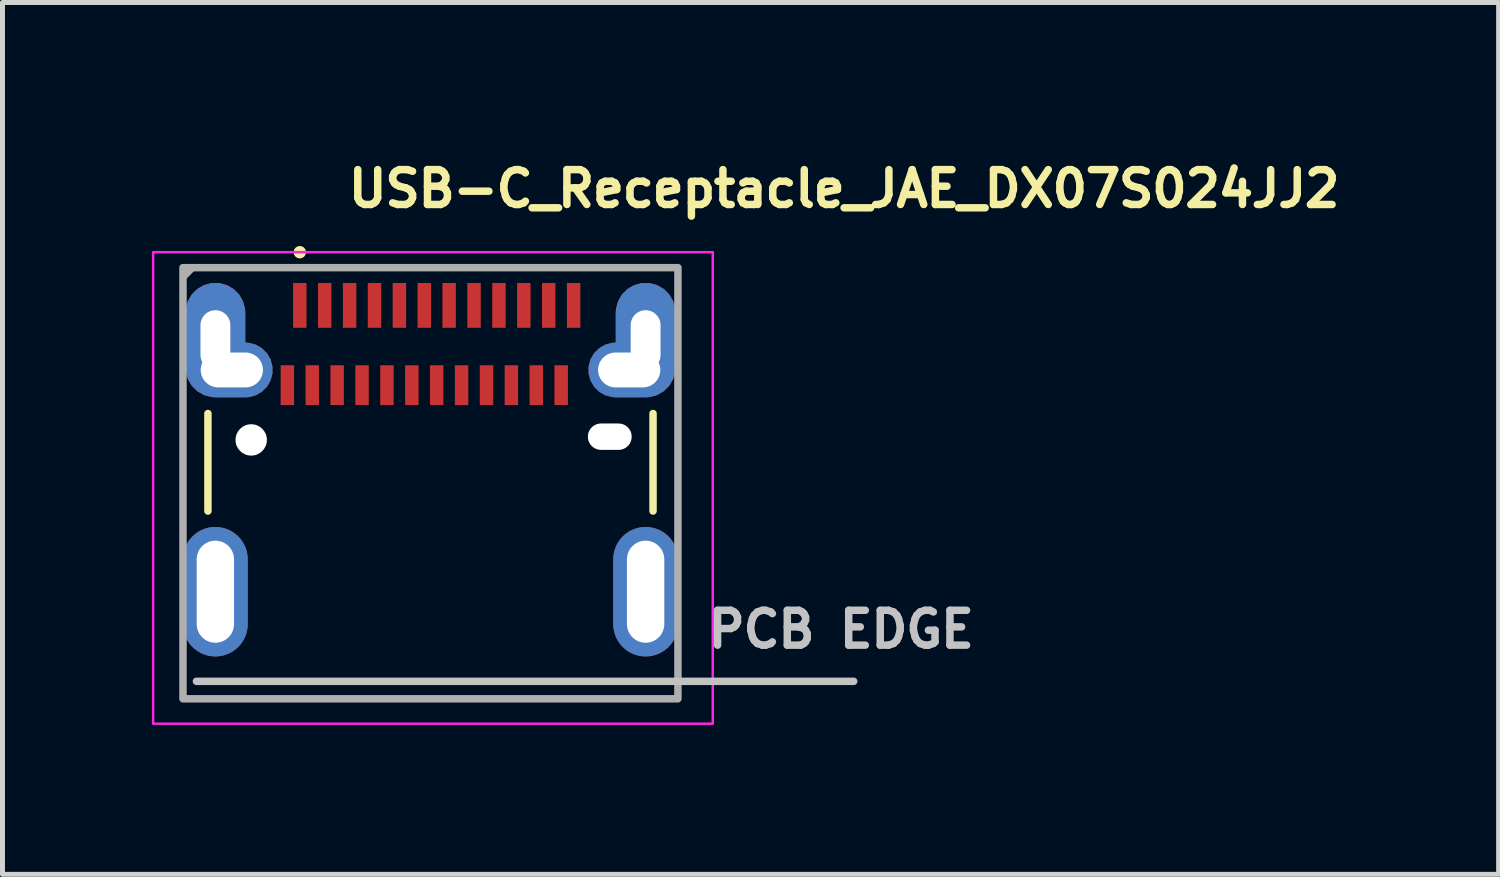
<source format=kicad_pcb>
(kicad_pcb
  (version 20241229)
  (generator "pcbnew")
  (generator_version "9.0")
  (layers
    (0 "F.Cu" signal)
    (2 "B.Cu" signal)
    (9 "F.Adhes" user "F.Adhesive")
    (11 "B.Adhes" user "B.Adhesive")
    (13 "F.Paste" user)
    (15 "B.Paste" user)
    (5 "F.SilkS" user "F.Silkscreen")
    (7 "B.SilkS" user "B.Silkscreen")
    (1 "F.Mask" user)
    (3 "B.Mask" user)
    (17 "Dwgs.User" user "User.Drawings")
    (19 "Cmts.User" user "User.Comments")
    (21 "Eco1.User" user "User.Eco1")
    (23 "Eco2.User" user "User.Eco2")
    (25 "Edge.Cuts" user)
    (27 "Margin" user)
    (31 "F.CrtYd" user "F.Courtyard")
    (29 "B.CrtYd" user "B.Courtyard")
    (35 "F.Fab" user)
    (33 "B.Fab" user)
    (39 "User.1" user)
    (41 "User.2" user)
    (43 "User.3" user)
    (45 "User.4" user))
  (footprint "USB-C_Receptacle_JAE_DX07S024JJ2"
    (layer "F.Cu")
    (at 5.596 6.9)
    (property "Reference" "USB-C_Receptacle_JAE_DX07S024JJ2" (at -1.726 -5.75 0) (layer "F.SilkS") (effects (font (size 0.7 0.7) (thickness 0.15)) (justify left bottom)))
    (attr smd)
    (fp_line (start -4.47 -1.645) (end -4.47 0.313) (stroke (width 0.15) (type solid)) (layer "F.SilkS"))
    (fp_line (start 4.469 -1.645) (end 4.469 0.313) (stroke (width 0.15) (type solid)) (layer "F.SilkS"))
    (fp_circle (center -2.625 -4.885) (end -2.576 -4.885) (stroke (width 0.15) (type solid)) (fill yes) (layer "F.SilkS"))
    (fp_line (start -4.701 3.733) (end 8.499 3.733) (stroke (width 0.15) (type solid)) (layer "Dwgs.User"))
    (fp_rect (start -5.571 -4.885) (end 5.669 4.584) (stroke (width 0.05) (type solid)) (fill no) (layer "F.CrtYd"))
    (fp_line (start -4.96 -4.4) (end -4.81 -4.55) (stroke (width 0.15) (type solid)) (layer "F.Fab"))
    (fp_rect (start -4.971 -4.575) (end 4.969 4.084) (stroke (width 0.15) (type solid)) (fill no) (layer "F.Fab"))
    (fp_rect (start -4.471 -4.085) (end 4.469 4.084) (stroke (width 0.1) (type solid)) (fill no) (layer "User.5"))
    (fp_line (start -4.471 -3.339) (end -4.47 -3.343) (stroke (width 0.02) (type solid)) (layer "User.9"))
    (fp_line (start -4.471 -3.336) (end -4.471 -3.339) (stroke (width 0.02) (type solid)) (layer "User.9"))
    (fp_line (start -4.47 -4.085) (end -4.463 -4.085) (stroke (width 0.02) (type solid)) (layer "User.9"))
    (fp_line (start -4.47 -3.516) (end -4.47 -4.085) (stroke (width 0.02) (type solid)) (layer "User.9"))
    (fp_line (start -4.47 -3.516) (end -4.47 -3.817) (stroke (width 0.02) (type solid)) (layer "User.9"))
    (fp_line (start -4.47 -3.516) (end -4.47 -3.491) (stroke (width 0.02) (type solid)) (layer "User.9"))
    (fp_line (start -4.47 -3.491) (end -4.47 -3.465) (stroke (width 0.02) (type solid)) (layer "User.9"))
    (fp_line (start -4.47 -3.465) (end -4.468 -3.44) (stroke (width 0.02) (type solid)) (layer "User.9"))
    (fp_line (start -4.47 -3.343) (end -4.47 -3.516) (stroke (width 0.02) (type solid)) (layer "User.9"))
    (fp_line (start -4.47 -3.343) (end -4.47 -3.215) (stroke (width 0.02) (type solid)) (layer "User.9"))
    (fp_line (start -4.47 -3.343) (end -4.47 4.084) (stroke (width 0.02) (type solid)) (layer "User.9"))
    (fp_line (start -4.47 -3.334) (end -4.471 -3.336) (stroke (width 0.02) (type solid)) (layer "User.9"))
    (fp_line (start -4.47 -3.331) (end -4.47 -3.334) (stroke (width 0.02) (type solid)) (layer "User.9"))
    (fp_line (start -4.47 -3.329) (end -4.47 -3.331) (stroke (width 0.02) (type solid)) (layer "User.9"))
    (fp_line (start -4.47 -3.326) (end -4.47 -3.329) (stroke (width 0.02) (type solid)) (layer "User.9"))
    (fp_line (start -4.47 -3.325) (end -4.47 -3.326) (stroke (width 0.02) (type solid)) (layer "User.9"))
    (fp_line (start -4.47 -3.322) (end -4.47 -3.325) (stroke (width 0.02) (type solid)) (layer "User.9"))
    (fp_line (start -4.47 -3.322) (end -4.47 -3.322) (stroke (width 0.02) (type solid)) (layer "User.9"))
    (fp_line (start -4.47 -3.321) (end -4.47 -3.322) (stroke (width 0.02) (type solid)) (layer "User.9"))
    (fp_line (start -4.47 -3.321) (end -4.47 -3.321) (stroke (width 0.02) (type solid)) (layer "User.9"))
    (fp_line (start -4.47 -3.319) (end -4.47 -3.321) (stroke (width 0.02) (type solid)) (layer "User.9"))
    (fp_line (start -4.47 -3.318) (end -4.47 -3.319) (stroke (width 0.02) (type solid)) (layer "User.9"))
    (fp_line (start -4.47 -3.318) (end -4.47 -3.318) (stroke (width 0.02) (type solid)) (layer "User.9"))
    (fp_line (start -4.468 -3.44) (end -4.468 -3.415) (stroke (width 0.02) (type solid)) (layer "User.9"))
    (fp_line (start -4.468 -3.415) (end -4.465 -3.391) (stroke (width 0.02) (type solid)) (layer "User.9"))
    (fp_line (start -4.468 -3.318) (end -4.47 -3.318) (stroke (width 0.02) (type solid)) (layer "User.9"))
    (fp_line (start -4.468 -3.318) (end -4.468 -3.318) (stroke (width 0.02) (type solid)) (layer "User.9"))
    (fp_line (start -4.468 -3.318) (end -4.468 -3.318) (stroke (width 0.02) (type solid)) (layer "User.9"))
    (fp_line (start -4.468 -3.317) (end -4.468 -3.318) (stroke (width 0.02) (type solid)) (layer "User.9"))
    (fp_line (start -4.468 -3.317) (end -4.468 -3.317) (stroke (width 0.02) (type solid)) (layer "User.9"))
    (fp_line (start -4.468 -3.317) (end -4.468 -3.317) (stroke (width 0.02) (type solid)) (layer "User.9"))
    (fp_line (start -4.468 -3.317) (end -4.468 -3.317) (stroke (width 0.02) (type solid)) (layer "User.9"))
    (fp_line (start -4.468 -3.317) (end -4.468 -3.317) (stroke (width 0.02) (type solid)) (layer "User.9"))
    (fp_line (start -4.468 -3.317) (end -4.468 -3.317) (stroke (width 0.02) (type solid)) (layer "User.9"))
    (fp_line (start -4.468 -3.317) (end -4.449 -3.317) (stroke (width 0.02) (type solid)) (layer "User.9"))
    (fp_line (start -4.465 -3.391) (end -4.462 -3.366) (stroke (width 0.02) (type solid)) (layer "User.9"))
    (fp_line (start -4.463 -4.085) (end -4.463 -4.085) (stroke (width 0.02) (type solid)) (layer "User.9"))
    (fp_line (start -4.463 -4.085) (end -4.441 -4.085) (stroke (width 0.02) (type solid)) (layer "User.9"))
    (fp_line (start -4.462 -3.366) (end -4.46 -3.34) (stroke (width 0.02) (type solid)) (layer "User.9"))
    (fp_line (start -4.462 4.084) (end -4.47 4.084) (stroke (width 0.02) (type solid)) (layer "User.9"))
    (fp_line (start -4.462 4.084) (end -4.462 4.084) (stroke (width 0.02) (type solid)) (layer "User.9"))
    (fp_line (start -4.46 -3.343) (end -4.47 -3.343) (stroke (width 0.02) (type solid)) (layer "User.9"))
    (fp_line (start -4.46 -3.34) (end -4.455 -3.317) (stroke (width 0.02) (type solid)) (layer "User.9"))
    (fp_line (start -4.449 -3.317) (end -4.449 -3.317) (stroke (width 0.02) (type solid)) (layer "User.9"))
    (fp_line (start -4.449 -3.317) (end -4.417 -3.317) (stroke (width 0.02) (type solid)) (layer "User.9"))
    (fp_line (start -4.441 -4.085) (end -4.441 -4.085) (stroke (width 0.02) (type solid)) (layer "User.9"))
    (fp_line (start -4.441 -4.085) (end -4.406 -4.085) (stroke (width 0.02) (type solid)) (layer "User.9"))
    (fp_line (start -4.439 4.084) (end -4.462 4.084) (stroke (width 0.02) (type solid)) (layer "User.9"))
    (fp_line (start -4.439 4.084) (end -4.439 4.084) (stroke (width 0.02) (type solid)) (layer "User.9"))
    (fp_line (start -4.417 -3.317) (end -4.417 -3.317) (stroke (width 0.02) (type solid)) (layer "User.9"))
    (fp_line (start -4.417 -3.317) (end -4.372 -3.317) (stroke (width 0.02) (type solid)) (layer "User.9"))
    (fp_line (start -4.406 -4.085) (end -4.406 -4.085) (stroke (width 0.02) (type solid)) (layer "User.9"))
    (fp_line (start -4.406 -4.085) (end -4.355 -4.085) (stroke (width 0.02) (type solid)) (layer "User.9"))
    (fp_line (start -4.399 4.084) (end -4.439 4.084) (stroke (width 0.02) (type solid)) (layer "User.9"))
    (fp_line (start -4.399 4.084) (end -4.399 4.084) (stroke (width 0.02) (type solid)) (layer "User.9"))
    (fp_line (start -4.372 -3.317) (end -4.372 -3.317) (stroke (width 0.02) (type solid)) (layer "User.9"))
    (fp_line (start -4.372 -3.317) (end -4.313 -3.317) (stroke (width 0.02) (type solid)) (layer "User.9"))
    (fp_line (start -4.355 -4.085) (end -4.355 -4.085) (stroke (width 0.02) (type solid)) (layer "User.9"))
    (fp_line (start -4.355 -4.085) (end -4.29 -4.085) (stroke (width 0.02) (type solid)) (layer "User.9"))
    (fp_line (start -4.345 4.084) (end -4.399 4.084) (stroke (width 0.02) (type solid)) (layer "User.9"))
    (fp_line (start -4.345 4.084) (end -4.345 4.084) (stroke (width 0.02) (type solid)) (layer "User.9"))
    (fp_line (start -4.313 -3.317) (end -4.313 -3.317) (stroke (width 0.02) (type solid)) (layer "User.9"))
    (fp_line (start -4.313 -3.317) (end -4.241 -3.317) (stroke (width 0.02) (type solid)) (layer "User.9"))
    (fp_line (start -4.29 -4.085) (end -4.29 -4.085) (stroke (width 0.02) (type solid)) (layer "User.9"))
    (fp_line (start -4.29 -4.085) (end -4.215 -4.085) (stroke (width 0.02) (type solid)) (layer "User.9"))
    (fp_line (start -4.276 4.084) (end -4.345 4.084) (stroke (width 0.02) (type solid)) (layer "User.9"))
    (fp_line (start -4.276 4.084) (end -4.276 4.084) (stroke (width 0.02) (type solid)) (layer "User.9"))
    (fp_line (start -4.241 -3.317) (end -4.241 -3.317) (stroke (width 0.02) (type solid)) (layer "User.9"))
    (fp_line (start -4.241 -3.317) (end -4.157 -3.317) (stroke (width 0.02) (type solid)) (layer "User.9"))
    (fp_line (start -4.215 -4.085) (end -4.215 -4.085) (stroke (width 0.02) (type solid)) (layer "User.9"))
    (fp_line (start -4.215 -4.085) (end -4.125 -4.085) (stroke (width 0.02) (type solid)) (layer "User.9"))
    (fp_line (start -4.194 4.084) (end -4.276 4.084) (stroke (width 0.02) (type solid)) (layer "User.9"))
    (fp_line (start -4.194 4.084) (end -4.194 4.084) (stroke (width 0.02) (type solid)) (layer "User.9"))
    (fp_line (start -4.157 -3.317) (end -4.157 -3.317) (stroke (width 0.02) (type solid)) (layer "User.9"))
    (fp_line (start -4.157 -3.317) (end -4.063 -3.317) (stroke (width 0.02) (type solid)) (layer "User.9"))
    (fp_line (start -4.125 -4.085) (end -4.125 -4.085) (stroke (width 0.02) (type solid)) (layer "User.9"))
    (fp_line (start -4.125 -4.085) (end -4.026 -4.085) (stroke (width 0.02) (type solid)) (layer "User.9"))
    (fp_line (start -4.1 4.084) (end -4.194 4.084) (stroke (width 0.02) (type solid)) (layer "User.9"))
    (fp_line (start -4.1 4.084) (end -4.1 4.084) (stroke (width 0.02) (type solid)) (layer "User.9"))
    (fp_line (start -4.063 -3.317) (end -4.063 -3.317) (stroke (width 0.02) (type solid)) (layer "User.9"))
    (fp_line (start -4.063 -3.317) (end -3.959 -3.317) (stroke (width 0.02) (type solid)) (layer "User.9"))
    (fp_line (start -4.026 -4.085) (end -4.026 -4.085) (stroke (width 0.02) (type solid)) (layer "User.9"))
    (fp_line (start -4.026 -4.085) (end -3.918 -4.085) (stroke (width 0.02) (type solid)) (layer "User.9"))
    (fp_line (start -3.992 4.084) (end -4.1 4.084) (stroke (width 0.02) (type solid)) (layer "User.9"))
    (fp_line (start -3.992 4.084) (end -3.992 4.084) (stroke (width 0.02) (type solid)) (layer "User.9"))
    (fp_line (start -3.959 -3.317) (end -3.959 -3.317) (stroke (width 0.02) (type solid)) (layer "User.9"))
    (fp_line (start -3.959 -3.317) (end -3.726 -3.317) (stroke (width 0.02) (type solid)) (layer "User.9"))
    (fp_line (start -3.918 -4.085) (end -3.918 -4.085) (stroke (width 0.02) (type solid)) (layer "User.9"))
    (fp_line (start -3.918 -4.085) (end -3.799 -4.085) (stroke (width 0.02) (type solid)) (layer "User.9"))
    (fp_line (start -3.876 4.084) (end -3.992 4.084) (stroke (width 0.02) (type solid)) (layer "User.9"))
    (fp_line (start -3.876 4.084) (end -3.876 4.084) (stroke (width 0.02) (type solid)) (layer "User.9"))
    (fp_line (start -3.799 -4.085) (end -3.799 -4.085) (stroke (width 0.02) (type solid)) (layer "User.9"))
    (fp_line (start -3.799 -4.085) (end -3.544 -4.085) (stroke (width 0.02) (type solid)) (layer "User.9"))
    (fp_line (start -3.726 -3.317) (end -3.726 -3.317) (stroke (width 0.02) (type solid)) (layer "User.9"))
    (fp_line (start -3.726 -3.317) (end -3.201 -3.317) (stroke (width 0.02) (type solid)) (layer "User.9"))
    (fp_line (start -3.621 4.084) (end -3.876 4.084) (stroke (width 0.02) (type solid)) (layer "User.9"))
    (fp_line (start -3.621 4.084) (end -3.621 4.084) (stroke (width 0.02) (type solid)) (layer "User.9"))
    (fp_line (start -3.544 -4.085) (end -3.544 -4.085) (stroke (width 0.02) (type solid)) (layer "User.9"))
    (fp_line (start -3.544 -4.085) (end -3.27 -4.085) (stroke (width 0.02) (type solid)) (layer "User.9"))
    (fp_line (start -3.27 -4.085) (end -2.75 -4.085) (stroke (width 0.02) (type solid)) (layer "User.9"))
    (fp_line (start -3.201 -3.317) (end -2.9 -3.317) (stroke (width 0.02) (type solid)) (layer "User.9"))
    (fp_line (start -3.201 4.084) (end -3.621 4.084) (stroke (width 0.02) (type solid)) (layer "User.9"))
    (fp_line (start -3.172 -3.987) (end -3.27 -4.085) (stroke (width 0.02) (type solid)) (layer "User.9"))
    (fp_line (start -3.172 -3.317) (end -3.172 -3.987) (stroke (width 0.02) (type solid)) (layer "User.9"))
    (fp_line (start -3.121 -3.935) (end -3.172 -3.987) (stroke (width 0.02) (type solid)) (layer "User.9"))
    (fp_line (start -3.121 -3.935) (end -3.121 -3.317) (stroke (width 0.02) (type solid)) (layer "User.9"))
    (fp_line (start -2.9 -3.317) (end -2.9 -2.536) (stroke (width 0.02) (type solid)) (layer "User.9"))
    (fp_line (start -2.9 -2.528) (end -2.9 -2.536) (stroke (width 0.02) (type solid)) (layer "User.9"))
    (fp_line (start -2.9 -2.521) (end -2.9 -2.528) (stroke (width 0.02) (type solid)) (layer "User.9"))
    (fp_line (start -2.899 -2.513) (end -2.9 -2.521) (stroke (width 0.02) (type solid)) (layer "User.9"))
    (fp_line (start -2.899 -2.507) (end -2.899 -2.513) (stroke (width 0.02) (type solid)) (layer "User.9"))
    (fp_line (start -2.896 -2.5) (end -2.899 -2.507) (stroke (width 0.02) (type solid)) (layer "User.9"))
    (fp_line (start -2.895 -2.492) (end -2.896 -2.5) (stroke (width 0.02) (type solid)) (layer "User.9"))
    (fp_line (start -2.892 -2.485) (end -2.895 -2.492) (stroke (width 0.02) (type solid)) (layer "User.9"))
    (fp_line (start -2.89 -2.479) (end -2.892 -2.485) (stroke (width 0.02) (type solid)) (layer "User.9"))
    (fp_line (start -2.887 -2.472) (end -2.89 -2.479) (stroke (width 0.02) (type solid)) (layer "User.9"))
    (fp_line (start -2.883 -2.465) (end -2.887 -2.472) (stroke (width 0.02) (type solid)) (layer "User.9"))
    (fp_line (start -2.879 -2.459) (end -2.883 -2.465) (stroke (width 0.02) (type solid)) (layer "User.9"))
    (fp_line (start -2.875 -2.452) (end -2.879 -2.459) (stroke (width 0.02) (type solid)) (layer "User.9"))
    (fp_line (start -2.871 -2.447) (end -2.875 -2.452) (stroke (width 0.02) (type solid)) (layer "User.9"))
    (fp_line (start -2.867 -2.44) (end -2.871 -2.447) (stroke (width 0.02) (type solid)) (layer "User.9"))
    (fp_line (start -2.863 -2.436) (end -2.867 -2.44) (stroke (width 0.02) (type solid)) (layer "User.9"))
    (fp_line (start -2.858 -2.43) (end -2.863 -2.436) (stroke (width 0.02) (type solid)) (layer "User.9"))
    (fp_line (start -2.858 -2.43) (end -2.858 -2.43) (stroke (width 0.02) (type solid)) (layer "User.9"))
    (fp_line (start -2.851 -2.424) (end -2.858 -2.43) (stroke (width 0.02) (type solid)) (layer "User.9"))
    (fp_line (start -2.847 -2.419) (end -2.851 -2.424) (stroke (width 0.02) (type solid)) (layer "User.9"))
    (fp_line (start -2.84 -2.415) (end -2.847 -2.419) (stroke (width 0.02) (type solid)) (layer "User.9"))
    (fp_line (start -2.835 -2.411) (end -2.84 -2.415) (stroke (width 0.02) (type solid)) (layer "User.9"))
    (fp_line (start -2.827 -2.407) (end -2.835 -2.411) (stroke (width 0.02) (type solid)) (layer "User.9"))
    (fp_line (start -2.822 -2.403) (end -2.827 -2.407) (stroke (width 0.02) (type solid)) (layer "User.9"))
    (fp_line (start -2.815 -2.4) (end -2.822 -2.403) (stroke (width 0.02) (type solid)) (layer "User.9"))
    (fp_line (start -2.809 -2.398) (end -2.815 -2.4) (stroke (width 0.02) (type solid)) (layer "User.9"))
    (fp_line (start -2.802 -2.395) (end -2.809 -2.398) (stroke (width 0.02) (type solid)) (layer "User.9"))
    (fp_line (start -2.794 -2.392) (end -2.802 -2.395) (stroke (width 0.02) (type solid)) (layer "User.9"))
    (fp_line (start -2.787 -2.391) (end -2.794 -2.392) (stroke (width 0.02) (type solid)) (layer "User.9"))
    (fp_line (start -2.781 -2.388) (end -2.787 -2.391) (stroke (width 0.02) (type solid)) (layer "User.9"))
    (fp_line (start -2.774 -2.387) (end -2.781 -2.388) (stroke (width 0.02) (type solid)) (layer "User.9"))
    (fp_line (start -2.766 -2.387) (end -2.774 -2.387) (stroke (width 0.02) (type solid)) (layer "User.9"))
    (fp_line (start -2.758 -2.387) (end -2.766 -2.387) (stroke (width 0.02) (type solid)) (layer "User.9"))
    (fp_line (start -2.75 -4.085) (end -2.75 -3.886) (stroke (width 0.02) (type solid)) (layer "User.9"))
    (fp_line (start -2.75 -2.386) (end -2.758 -2.387) (stroke (width 0.02) (type solid)) (layer "User.9"))
    (fp_line (start -2.75 -2.386) (end -1.151 -2.386) (stroke (width 0.02) (type solid)) (layer "User.9"))
    (fp_line (start -2.737 -4.085) (end -2.75 -4.085) (stroke (width 0.02) (type solid)) (layer "User.9"))
    (fp_line (start -2.737 -4.085) (end -2.737 -4.085) (stroke (width 0.02) (type solid)) (layer "User.9"))
    (fp_line (start -2.694 -4.085) (end -2.737 -4.085) (stroke (width 0.02) (type solid)) (layer "User.9"))
    (fp_line (start -2.694 -4.085) (end -2.694 -4.085) (stroke (width 0.02) (type solid)) (layer "User.9"))
    (fp_line (start -2.601 -4.085) (end -2.694 -4.085) (stroke (width 0.02) (type solid)) (layer "User.9"))
    (fp_line (start -2.601 -4.085) (end -2.601 -4.085) (stroke (width 0.02) (type solid)) (layer "User.9"))
    (fp_line (start -2.496 -2.636) (end -2.476 -2.636) (stroke (width 0.02) (type solid)) (layer "User.9"))
    (fp_line (start -2.496 -2.386) (end -2.496 -2.636) (stroke (width 0.02) (type solid)) (layer "User.9"))
    (fp_line (start -2.484 -4.085) (end -2.601 -4.085) (stroke (width 0.02) (type solid)) (layer "User.9"))
    (fp_line (start -2.484 -4.085) (end -2.484 -4.085) (stroke (width 0.02) (type solid)) (layer "User.9"))
    (fp_line (start -2.476 -2.636) (end -2.476 -2.386) (stroke (width 0.02) (type solid)) (layer "User.9"))
    (fp_line (start -2.476 -2.636) (end -1.101 -2.636) (stroke (width 0.02) (type solid)) (layer "User.9"))
    (fp_line (start -2.455 -4.085) (end -2.484 -4.085) (stroke (width 0.02) (type solid)) (layer "User.9"))
    (fp_line (start -2.455 -4.085) (end -2.455 -4.085) (stroke (width 0.02) (type solid)) (layer "User.9"))
    (fp_line (start -2.451 -4.085) (end -2.455 -4.085) (stroke (width 0.02) (type solid)) (layer "User.9"))
    (fp_line (start -2.451 -4.085) (end -2.451 -3.886) (stroke (width 0.02) (type solid)) (layer "User.9"))
    (fp_line (start -2.403 -3.455) (end -2.403 -2.685) (stroke (width 0.02) (type solid)) (layer "User.9"))
    (fp_line (start -2.403 -3.455) (end -1.309 -3.455) (stroke (width 0.02) (type solid)) (layer "User.9"))
    (fp_line (start -2.403 -2.685) (end -1.309 -2.685) (stroke (width 0.02) (type solid)) (layer "User.9"))
    (fp_line (start -1.309 -2.685) (end -1.151 -2.685) (stroke (width 0.02) (type solid)) (layer "User.9"))
    (fp_line (start -1.151 -3.455) (end -1.309 -3.455) (stroke (width 0.02) (type solid)) (layer "User.9"))
    (fp_line (start -1.151 -3.455) (end -0.901 -3.455) (stroke (width 0.02) (type solid)) (layer "User.9"))
    (fp_line (start -1.151 -2.685) (end -1.143 -2.685) (stroke (width 0.02) (type solid)) (layer "User.9"))
    (fp_line (start -1.147 -3.496) (end -1.147 -3.455) (stroke (width 0.02) (type solid)) (layer "User.9"))
    (fp_line (start -1.147 -2.685) (end -1.147 -2.636) (stroke (width 0.02) (type solid)) (layer "User.9"))
    (fp_line (start -1.143 -2.685) (end -1.137 -2.685) (stroke (width 0.02) (type solid)) (layer "User.9"))
    (fp_line (start -1.143 -2.387) (end -1.151 -2.386) (stroke (width 0.02) (type solid)) (layer "User.9"))
    (fp_line (start -1.137 -2.685) (end -1.129 -2.685) (stroke (width 0.02) (type solid)) (layer "User.9"))
    (fp_line (start -1.137 -2.387) (end -1.143 -2.387) (stroke (width 0.02) (type solid)) (layer "User.9"))
    (fp_line (start -1.129 -2.685) (end -1.121 -2.684) (stroke (width 0.02) (type solid)) (layer "User.9"))
    (fp_line (start -1.129 -2.387) (end -1.137 -2.387) (stroke (width 0.02) (type solid)) (layer "User.9"))
    (fp_line (start -1.121 -2.684) (end -1.115 -2.681) (stroke (width 0.02) (type solid)) (layer "User.9"))
    (fp_line (start -1.121 -2.388) (end -1.129 -2.387) (stroke (width 0.02) (type solid)) (layer "User.9"))
    (fp_line (start -1.115 -2.681) (end -1.107 -2.68) (stroke (width 0.02) (type solid)) (layer "User.9"))
    (fp_line (start -1.115 -2.391) (end -1.121 -2.388) (stroke (width 0.02) (type solid)) (layer "User.9"))
    (fp_line (start -1.107 -2.68) (end -1.101 -2.677) (stroke (width 0.02) (type solid)) (layer "User.9"))
    (fp_line (start -1.107 -2.392) (end -1.115 -2.391) (stroke (width 0.02) (type solid)) (layer "User.9"))
    (fp_line (start -1.101 -3.496) (end -1.147 -3.496) (stroke (width 0.02) (type solid)) (layer "User.9"))
    (fp_line (start -1.101 -3.496) (end 1.1 -3.496) (stroke (width 0.02) (type solid)) (layer "User.9"))
    (fp_line (start -1.101 -3.455) (end -1.101 -3.496) (stroke (width 0.02) (type solid)) (layer "User.9"))
    (fp_line (start -1.101 -2.677) (end -1.093 -2.674) (stroke (width 0.02) (type solid)) (layer "User.9"))
    (fp_line (start -1.101 -2.636) (end -1.101 -2.677) (stroke (width 0.02) (type solid)) (layer "User.9"))
    (fp_line (start -1.101 -2.395) (end -1.107 -2.392) (stroke (width 0.02) (type solid)) (layer "User.9"))
    (fp_line (start -1.093 -2.674) (end -1.087 -2.672) (stroke (width 0.02) (type solid)) (layer "User.9"))
    (fp_line (start -1.093 -2.398) (end -1.101 -2.395) (stroke (width 0.02) (type solid)) (layer "User.9"))
    (fp_line (start -1.087 -2.672) (end -1.081 -2.669) (stroke (width 0.02) (type solid)) (layer "User.9"))
    (fp_line (start -1.087 -2.4) (end -1.093 -2.398) (stroke (width 0.02) (type solid)) (layer "User.9"))
    (fp_line (start -1.081 -2.669) (end -1.073 -2.665) (stroke (width 0.02) (type solid)) (layer "User.9"))
    (fp_line (start -1.081 -2.403) (end -1.087 -2.4) (stroke (width 0.02) (type solid)) (layer "User.9"))
    (fp_line (start -1.073 -2.665) (end -1.067 -2.661) (stroke (width 0.02) (type solid)) (layer "User.9"))
    (fp_line (start -1.073 -2.407) (end -1.081 -2.403) (stroke (width 0.02) (type solid)) (layer "User.9"))
    (fp_line (start -1.067 -2.661) (end -1.061 -2.657) (stroke (width 0.02) (type solid)) (layer "User.9"))
    (fp_line (start -1.067 -2.411) (end -1.073 -2.407) (stroke (width 0.02) (type solid)) (layer "User.9"))
    (fp_line (start -1.061 -2.657) (end -1.055 -2.653) (stroke (width 0.02) (type solid)) (layer "User.9"))
    (fp_line (start -1.061 -2.415) (end -1.067 -2.411) (stroke (width 0.02) (type solid)) (layer "User.9"))
    (fp_line (start -1.055 -2.653) (end -1.051 -2.648) (stroke (width 0.02) (type solid)) (layer "User.9"))
    (fp_line (start -1.055 -2.419) (end -1.061 -2.415) (stroke (width 0.02) (type solid)) (layer "User.9"))
    (fp_line (start -1.051 -2.648) (end -1.045 -2.642) (stroke (width 0.02) (type solid)) (layer "User.9"))
    (fp_line (start -1.051 -2.424) (end -1.055 -2.419) (stroke (width 0.02) (type solid)) (layer "User.9"))
    (fp_line (start -1.051 -1.476) (end -1.049 -1.486) (stroke (width 0.02) (type solid)) (layer "User.9"))
    (fp_line (start -1.051 -1.466) (end -1.051 -1.476) (stroke (width 0.02) (type solid)) (layer "User.9"))
    (fp_line (start -1.051 -1.166) (end -1.051 -1.466) (stroke (width 0.02) (type solid)) (layer "User.9"))
    (fp_line (start -1.051 -1.156) (end -1.051 -1.166) (stroke (width 0.02) (type solid)) (layer "User.9"))
    (fp_line (start -1.049 -1.496) (end -1.047 -1.506) (stroke (width 0.02) (type solid)) (layer "User.9"))
    (fp_line (start -1.049 -1.486) (end -1.049 -1.496) (stroke (width 0.02) (type solid)) (layer "User.9"))
    (fp_line (start -1.049 -1.145) (end -1.051 -1.156) (stroke (width 0.02) (type solid)) (layer "User.9"))
    (fp_line (start -1.049 -1.135) (end -1.049 -1.145) (stroke (width 0.02) (type solid)) (layer "User.9"))
    (fp_line (start -1.047 -1.506) (end -1.045 -1.516) (stroke (width 0.02) (type solid)) (layer "User.9"))
    (fp_line (start -1.047 -1.125) (end -1.049 -1.135) (stroke (width 0.02) (type solid)) (layer "User.9"))
    (fp_line (start -1.045 -2.642) (end -1.045 -2.642) (stroke (width 0.02) (type solid)) (layer "User.9"))
    (fp_line (start -1.045 -2.642) (end -1.039 -2.637) (stroke (width 0.02) (type solid)) (layer "User.9"))
    (fp_line (start -1.045 -2.43) (end -1.051 -2.424) (stroke (width 0.02) (type solid)) (layer "User.9"))
    (fp_line (start -1.045 -2.43) (end -1.045 -2.43) (stroke (width 0.02) (type solid)) (layer "User.9"))
    (fp_line (start -1.045 -1.516) (end -1.041 -1.526) (stroke (width 0.02) (type solid)) (layer "User.9"))
    (fp_line (start -1.045 -1.117) (end -1.047 -1.125) (stroke (width 0.02) (type solid)) (layer "User.9"))
    (fp_line (start -1.041 -1.526) (end -1.039 -1.534) (stroke (width 0.02) (type solid)) (layer "User.9"))
    (fp_line (start -1.041 -1.107) (end -1.045 -1.117) (stroke (width 0.02) (type solid)) (layer "User.9"))
    (fp_line (start -1.039 -2.637) (end -1.035 -2.632) (stroke (width 0.02) (type solid)) (layer "User.9"))
    (fp_line (start -1.039 -2.436) (end -1.045 -2.43) (stroke (width 0.02) (type solid)) (layer "User.9"))
    (fp_line (start -1.039 -1.534) (end -1.035 -1.543) (stroke (width 0.02) (type solid)) (layer "User.9"))
    (fp_line (start -1.039 -1.097) (end -1.041 -1.107) (stroke (width 0.02) (type solid)) (layer "User.9"))
    (fp_line (start -1.035 -2.632) (end -1.031 -2.625) (stroke (width 0.02) (type solid)) (layer "User.9"))
    (fp_line (start -1.035 -2.44) (end -1.039 -2.436) (stroke (width 0.02) (type solid)) (layer "User.9"))
    (fp_line (start -1.035 -1.543) (end -1.031 -1.553) (stroke (width 0.02) (type solid)) (layer "User.9"))
    (fp_line (start -1.035 -1.089) (end -1.039 -1.097) (stroke (width 0.02) (type solid)) (layer "User.9"))
    (fp_line (start -1.031 -2.625) (end -1.027 -2.62) (stroke (width 0.02) (type solid)) (layer "User.9"))
    (fp_line (start -1.031 -2.447) (end -1.035 -2.44) (stroke (width 0.02) (type solid)) (layer "User.9"))
    (fp_line (start -1.031 -1.553) (end -1.027 -1.561) (stroke (width 0.02) (type solid)) (layer "User.9"))
    (fp_line (start -1.031 -1.079) (end -1.035 -1.089) (stroke (width 0.02) (type solid)) (layer "User.9"))
    (fp_line (start -1.027 -2.62) (end -1.022 -2.613) (stroke (width 0.02) (type solid)) (layer "User.9"))
    (fp_line (start -1.027 -2.452) (end -1.031 -2.447) (stroke (width 0.02) (type solid)) (layer "User.9"))
    (fp_line (start -1.027 -1.561) (end -1.022 -1.569) (stroke (width 0.02) (type solid)) (layer "User.9"))
    (fp_line (start -1.027 -1.071) (end -1.031 -1.079) (stroke (width 0.02) (type solid)) (layer "User.9"))
    (fp_line (start -1.022 -2.613) (end -1.018 -2.606) (stroke (width 0.02) (type solid)) (layer "User.9"))
    (fp_line (start -1.022 -2.459) (end -1.027 -2.452) (stroke (width 0.02) (type solid)) (layer "User.9"))
    (fp_line (start -1.022 -1.569) (end -1.016 -1.577) (stroke (width 0.02) (type solid)) (layer "User.9"))
    (fp_line (start -1.022 -1.063) (end -1.027 -1.071) (stroke (width 0.02) (type solid)) (layer "User.9"))
    (fp_line (start -1.018 -2.606) (end -1.016 -2.601) (stroke (width 0.02) (type solid)) (layer "User.9"))
    (fp_line (start -1.018 -2.465) (end -1.022 -2.459) (stroke (width 0.02) (type solid)) (layer "User.9"))
    (fp_line (start -1.016 -2.601) (end -1.012 -2.593) (stroke (width 0.02) (type solid)) (layer "User.9"))
    (fp_line (start -1.016 -2.472) (end -1.018 -2.465) (stroke (width 0.02) (type solid)) (layer "User.9"))
    (fp_line (start -1.016 -1.577) (end -1.012 -1.585) (stroke (width 0.02) (type solid)) (layer "User.9"))
    (fp_line (start -1.016 -1.055) (end -1.022 -1.063) (stroke (width 0.02) (type solid)) (layer "User.9"))
    (fp_line (start -1.012 -2.593) (end -1.01 -2.586) (stroke (width 0.02) (type solid)) (layer "User.9"))
    (fp_line (start -1.012 -2.479) (end -1.016 -2.472) (stroke (width 0.02) (type solid)) (layer "User.9"))
    (fp_line (start -1.012 -1.585) (end -1.006 -1.593) (stroke (width 0.02) (type solid)) (layer "User.9"))
    (fp_line (start -1.012 -1.047) (end -1.016 -1.055) (stroke (width 0.02) (type solid)) (layer "User.9"))
    (fp_line (start -1.01 -2.586) (end -1.008 -2.58) (stroke (width 0.02) (type solid)) (layer "User.9"))
    (fp_line (start -1.01 -2.485) (end -1.012 -2.479) (stroke (width 0.02) (type solid)) (layer "User.9"))
    (fp_line (start -1.008 -2.58) (end -1.006 -2.573) (stroke (width 0.02) (type solid)) (layer "User.9"))
    (fp_line (start -1.008 -2.492) (end -1.01 -2.485) (stroke (width 0.02) (type solid)) (layer "User.9"))
    (fp_line (start -1.006 -2.573) (end -1.004 -2.565) (stroke (width 0.02) (type solid)) (layer "User.9"))
    (fp_line (start -1.006 -2.5) (end -1.008 -2.492) (stroke (width 0.02) (type solid)) (layer "User.9"))
    (fp_line (start -1.006 -1.593) (end -0.999 -1.601) (stroke (width 0.02) (type solid)) (layer "User.9"))
    (fp_line (start -1.006 -1.039) (end -1.012 -1.047) (stroke (width 0.02) (type solid)) (layer "User.9"))
    (fp_line (start -1.004 -2.565) (end -1.002 -2.559) (stroke (width 0.02) (type solid)) (layer "User.9"))
    (fp_line (start -1.004 -2.507) (end -1.006 -2.5) (stroke (width 0.02) (type solid)) (layer "User.9"))
    (fp_line (start -1.002 -2.559) (end -1.002 -2.551) (stroke (width 0.02) (type solid)) (layer "User.9"))
    (fp_line (start -1.002 -2.551) (end -1.002 -2.544) (stroke (width 0.02) (type solid)) (layer "User.9"))
    (fp_line (start -1.002 -2.544) (end -1 -2.536) (stroke (width 0.02) (type solid)) (layer "User.9"))
    (fp_line (start -1.002 -2.528) (end -1.002 -2.521) (stroke (width 0.02) (type solid)) (layer "User.9"))
    (fp_line (start -1.002 -2.521) (end -1.002 -2.513) (stroke (width 0.02) (type solid)) (layer "User.9"))
    (fp_line (start -1.002 -2.513) (end -1.004 -2.507) (stroke (width 0.02) (type solid)) (layer "User.9"))
    (fp_line (start -1 -2.536) (end -1.002 -2.528) (stroke (width 0.02) (type solid)) (layer "User.9"))
    (fp_line (start -0.999 -1.601) (end -0.992 -1.607) (stroke (width 0.02) (type solid)) (layer "User.9"))
    (fp_line (start -0.999 -1.031) (end -1.006 -1.039) (stroke (width 0.02) (type solid)) (layer "User.9"))
    (fp_line (start -0.992 -1.607) (end -0.985 -1.615) (stroke (width 0.02) (type solid)) (layer "User.9"))
    (fp_line (start -0.992 -1.024) (end -0.999 -1.031) (stroke (width 0.02) (type solid)) (layer "User.9"))
    (fp_line (start -0.985 -1.615) (end -0.978 -1.621) (stroke (width 0.02) (type solid)) (layer "User.9"))
    (fp_line (start -0.985 -1.018) (end -0.992 -1.024) (stroke (width 0.02) (type solid)) (layer "User.9"))
    (fp_line (start -0.978 -1.621) (end -0.97 -1.627) (stroke (width 0.02) (type solid)) (layer "User.9"))
    (fp_line (start -0.978 -1.012) (end -0.985 -1.018) (stroke (width 0.02) (type solid)) (layer "User.9"))
    (fp_line (start -0.97 -1.627) (end -0.962 -1.631) (stroke (width 0.02) (type solid)) (layer "User.9"))
    (fp_line (start -0.97 -1.006) (end -0.978 -1.012) (stroke (width 0.02) (type solid)) (layer "User.9"))
    (fp_line (start -0.962 -1.631) (end -0.955 -1.637) (stroke (width 0.02) (type solid)) (layer "User.9"))
    (fp_line (start -0.962 -1) (end -0.97 -1.006) (stroke (width 0.02) (type solid)) (layer "User.9"))
    (fp_line (start -0.955 -1.637) (end -0.947 -1.641) (stroke (width 0.02) (type solid)) (layer "User.9"))
    (fp_line (start -0.955 -0.994) (end -0.962 -1) (stroke (width 0.02) (type solid)) (layer "User.9"))
    (fp_line (start -0.951 -1.476) (end -0.951 -1.472) (stroke (width 0.02) (type solid)) (layer "User.9"))
    (fp_line (start -0.951 -1.472) (end -0.951 -1.466) (stroke (width 0.02) (type solid)) (layer "User.9"))
    (fp_line (start -0.951 -1.466) (end -0.951 -1.166) (stroke (width 0.02) (type solid)) (layer "User.9"))
    (fp_line (start -0.951 -1.166) (end -0.951 -1.16) (stroke (width 0.02) (type solid)) (layer "User.9"))
    (fp_line (start -0.951 -1.16) (end -0.951 -1.156) (stroke (width 0.02) (type solid)) (layer "User.9"))
    (fp_line (start -0.951 -1.156) (end -0.95 -1.151) (stroke (width 0.02) (type solid)) (layer "User.9"))
    (fp_line (start -0.95 -1.482) (end -0.951 -1.476) (stroke (width 0.02) (type solid)) (layer "User.9"))
    (fp_line (start -0.95 -1.151) (end -0.949 -1.145) (stroke (width 0.02) (type solid)) (layer "User.9"))
    (fp_line (start -0.949 -1.486) (end -0.95 -1.482) (stroke (width 0.02) (type solid)) (layer "User.9"))
    (fp_line (start -0.949 -1.145) (end -0.948 -1.141) (stroke (width 0.02) (type solid)) (layer "User.9"))
    (fp_line (start -0.948 -1.49) (end -0.949 -1.486) (stroke (width 0.02) (type solid)) (layer "User.9"))
    (fp_line (start -0.948 -1.141) (end -0.947 -1.137) (stroke (width 0.02) (type solid)) (layer "User.9"))
    (fp_line (start -0.947 -1.641) (end -0.938 -1.647) (stroke (width 0.02) (type solid)) (layer "User.9"))
    (fp_line (start -0.947 -1.496) (end -0.948 -1.49) (stroke (width 0.02) (type solid)) (layer "User.9"))
    (fp_line (start -0.947 -1.137) (end -0.945 -1.131) (stroke (width 0.02) (type solid)) (layer "User.9"))
    (fp_line (start -0.947 -0.99) (end -0.955 -0.994) (stroke (width 0.02) (type solid)) (layer "User.9"))
    (fp_line (start -0.945 -1.5) (end -0.947 -1.496) (stroke (width 0.02) (type solid)) (layer "User.9"))
    (fp_line (start -0.945 -1.131) (end -0.944 -1.127) (stroke (width 0.02) (type solid)) (layer "User.9"))
    (fp_line (start -0.944 -1.504) (end -0.945 -1.5) (stroke (width 0.02) (type solid)) (layer "User.9"))
    (fp_line (start -0.944 -1.127) (end -0.942 -1.123) (stroke (width 0.02) (type solid)) (layer "User.9"))
    (fp_line (start -0.942 -1.51) (end -0.944 -1.504) (stroke (width 0.02) (type solid)) (layer "User.9"))
    (fp_line (start -0.942 -1.123) (end -0.939 -1.119) (stroke (width 0.02) (type solid)) (layer "User.9"))
    (fp_line (start -0.939 -1.514) (end -0.942 -1.51) (stroke (width 0.02) (type solid)) (layer "User.9"))
    (fp_line (start -0.939 -1.119) (end -0.937 -1.115) (stroke (width 0.02) (type solid)) (layer "User.9"))
    (fp_line (start -0.938 -1.647) (end -0.929 -1.651) (stroke (width 0.02) (type solid)) (layer "User.9"))
    (fp_line (start -0.938 -0.985) (end -0.947 -0.99) (stroke (width 0.02) (type solid)) (layer "User.9"))
    (fp_line (start -0.937 -1.518) (end -0.939 -1.514) (stroke (width 0.02) (type solid)) (layer "User.9"))
    (fp_line (start -0.937 -1.115) (end -0.934 -1.111) (stroke (width 0.02) (type solid)) (layer "User.9"))
    (fp_line (start -0.934 -1.522) (end -0.937 -1.518) (stroke (width 0.02) (type solid)) (layer "User.9"))
    (fp_line (start -0.934 -1.111) (end -0.932 -1.107) (stroke (width 0.02) (type solid)) (layer "User.9"))
    (fp_line (start -0.932 -1.526) (end -0.934 -1.522) (stroke (width 0.02) (type solid)) (layer "User.9"))
    (fp_line (start -0.932 -1.107) (end -0.929 -1.103) (stroke (width 0.02) (type solid)) (layer "User.9"))
    (fp_line (start -0.929 -1.651) (end -0.92 -1.653) (stroke (width 0.02) (type solid)) (layer "User.9"))
    (fp_line (start -0.929 -1.53) (end -0.932 -1.526) (stroke (width 0.02) (type solid)) (layer "User.9"))
    (fp_line (start -0.929 -1.103) (end -0.925 -1.099) (stroke (width 0.02) (type solid)) (layer "User.9"))
    (fp_line (start -0.929 -0.981) (end -0.938 -0.985) (stroke (width 0.02) (type solid)) (layer "User.9"))
    (fp_line (start -0.925 -1.534) (end -0.929 -1.53) (stroke (width 0.02) (type solid)) (layer "User.9"))
    (fp_line (start -0.925 -1.099) (end -0.922 -1.095) (stroke (width 0.02) (type solid)) (layer "User.9"))
    (fp_line (start -0.922 -1.536) (end -0.925 -1.534) (stroke (width 0.02) (type solid)) (layer "User.9"))
    (fp_line (start -0.922 -1.095) (end -0.919 -1.091) (stroke (width 0.02) (type solid)) (layer "User.9"))
    (fp_line (start -0.92 -1.653) (end -0.911 -1.657) (stroke (width 0.02) (type solid)) (layer "User.9"))
    (fp_line (start -0.92 -0.978) (end -0.929 -0.981) (stroke (width 0.02) (type solid)) (layer "User.9"))
    (fp_line (start -0.919 -1.541) (end -0.922 -1.536) (stroke (width 0.02) (type solid)) (layer "User.9"))
    (fp_line (start -0.919 -1.091) (end -0.915 -1.089) (stroke (width 0.02) (type solid)) (layer "User.9"))
    (fp_line (start -0.915 -1.543) (end -0.919 -1.541) (stroke (width 0.02) (type solid)) (layer "User.9"))
    (fp_line (start -0.915 -1.089) (end -0.911 -1.085) (stroke (width 0.02) (type solid)) (layer "User.9"))
    (fp_line (start -0.911 -1.657) (end -0.901 -1.659) (stroke (width 0.02) (type solid)) (layer "User.9"))
    (fp_line (start -0.911 -1.547) (end -0.915 -1.543) (stroke (width 0.02) (type solid)) (layer "User.9"))
    (fp_line (start -0.911 -1.085) (end -0.907 -1.083) (stroke (width 0.02) (type solid)) (layer "User.9"))
    (fp_line (start -0.911 -0.974) (end -0.92 -0.978) (stroke (width 0.02) (type solid)) (layer "User.9"))
    (fp_line (start -0.907 -1.549) (end -0.911 -1.547) (stroke (width 0.02) (type solid)) (layer "User.9"))
    (fp_line (start -0.907 -1.083) (end -0.903 -1.081) (stroke (width 0.02) (type solid)) (layer "User.9"))
    (fp_line (start -0.903 -1.551) (end -0.907 -1.549) (stroke (width 0.02) (type solid)) (layer "User.9"))
    (fp_line (start -0.903 -1.081) (end -0.899 -1.079) (stroke (width 0.02) (type solid)) (layer "User.9"))
    (fp_line (start -0.901 -3.455) (end -0.844 -3.326) (stroke (width 0.02) (type solid)) (layer "User.9"))
    (fp_line (start -0.901 -1.659) (end -0.891 -1.661) (stroke (width 0.02) (type solid)) (layer "User.9"))
    (fp_line (start -0.901 -0.972) (end -0.911 -0.974) (stroke (width 0.02) (type solid)) (layer "User.9"))
    (fp_line (start -0.899 -1.553) (end -0.903 -1.551) (stroke (width 0.02) (type solid)) (layer "User.9"))
    (fp_line (start -0.899 -1.079) (end -0.894 -1.075) (stroke (width 0.02) (type solid)) (layer "User.9"))
    (fp_line (start -0.894 -1.557) (end -0.899 -1.553) (stroke (width 0.02) (type solid)) (layer "User.9"))
    (fp_line (start -0.894 -1.075) (end -0.889 -1.073) (stroke (width 0.02) (type solid)) (layer "User.9"))
    (fp_line (start -0.891 -1.661) (end -0.881 -1.663) (stroke (width 0.02) (type solid)) (layer "User.9"))
    (fp_line (start -0.891 -0.97) (end -0.901 -0.972) (stroke (width 0.02) (type solid)) (layer "User.9"))
    (fp_line (start -0.889 -1.559) (end -0.894 -1.557) (stroke (width 0.02) (type solid)) (layer "User.9"))
    (fp_line (start -0.889 -1.073) (end -0.885 -1.073) (stroke (width 0.02) (type solid)) (layer "User.9"))
    (fp_line (start -0.885 -1.559) (end -0.889 -1.559) (stroke (width 0.02) (type solid)) (layer "User.9"))
    (fp_line (start -0.885 -1.073) (end -0.88 -1.071) (stroke (width 0.02) (type solid)) (layer "User.9"))
    (fp_line (start -0.881 -1.663) (end -0.871 -1.665) (stroke (width 0.02) (type solid)) (layer "User.9"))
    (fp_line (start -0.881 -0.968) (end -0.891 -0.97) (stroke (width 0.02) (type solid)) (layer "User.9"))
    (fp_line (start -0.88 -1.561) (end -0.885 -1.559) (stroke (width 0.02) (type solid)) (layer "User.9"))
    (fp_line (start -0.88 -1.071) (end -0.875 -1.069) (stroke (width 0.02) (type solid)) (layer "User.9"))
    (fp_line (start -0.875 -1.563) (end -0.88 -1.561) (stroke (width 0.02) (type solid)) (layer "User.9"))
    (fp_line (start -0.875 -1.069) (end -0.871 -1.069) (stroke (width 0.02) (type solid)) (layer "User.9"))
    (fp_line (start -0.871 -1.665) (end -0.861 -1.666) (stroke (width 0.02) (type solid)) (layer "User.9"))
    (fp_line (start -0.871 -1.563) (end -0.875 -1.563) (stroke (width 0.02) (type solid)) (layer "User.9"))
    (fp_line (start -0.871 -1.069) (end -0.866 -1.067) (stroke (width 0.02) (type solid)) (layer "User.9"))
    (fp_line (start -0.871 -0.967) (end -0.881 -0.968) (stroke (width 0.02) (type solid)) (layer "User.9"))
    (fp_line (start -0.866 -1.565) (end -0.871 -1.563) (stroke (width 0.02) (type solid)) (layer "User.9"))
    (fp_line (start -0.866 -1.067) (end -0.861 -1.067) (stroke (width 0.02) (type solid)) (layer "User.9"))
    (fp_line (start -0.861 -1.666) (end -0.85 -1.666) (stroke (width 0.02) (type solid)) (layer "User.9"))
    (fp_line (start -0.861 -1.565) (end -0.866 -1.565) (stroke (width 0.02) (type solid)) (layer "User.9"))
    (fp_line (start -0.861 -1.067) (end -0.856 -1.067) (stroke (width 0.02) (type solid)) (layer "User.9"))
    (fp_line (start -0.861 -0.966) (end -0.871 -0.967) (stroke (width 0.02) (type solid)) (layer "User.9"))
    (fp_line (start -0.856 -1.565) (end -0.861 -1.565) (stroke (width 0.02) (type solid)) (layer "User.9"))
    (fp_line (start -0.856 -1.067) (end -0.85 -1.065) (stroke (width 0.02) (type solid)) (layer "User.9"))
    (fp_line (start -0.85 -1.666) (end 0.849 -1.666) (stroke (width 0.02) (type solid)) (layer "User.9"))
    (fp_line (start -0.85 -1.565) (end -0.856 -1.565) (stroke (width 0.02) (type solid)) (layer "User.9"))
    (fp_line (start -0.85 -1.065) (end 0.849 -1.065) (stroke (width 0.02) (type solid)) (layer "User.9"))
    (fp_line (start -0.85 -0.965) (end -0.861 -0.966) (stroke (width 0.02) (type solid)) (layer "User.9"))
    (fp_line (start -0.844 -3.326) (end -0.843 -3.323) (stroke (width 0.02) (type solid)) (layer "User.9"))
    (fp_line (start -0.843 -3.323) (end -0.841 -3.321) (stroke (width 0.02) (type solid)) (layer "User.9"))
    (fp_line (start -0.841 -3.321) (end -0.84 -3.318) (stroke (width 0.02) (type solid)) (layer "User.9"))
    (fp_line (start -0.84 -3.318) (end -0.838 -3.314) (stroke (width 0.02) (type solid)) (layer "User.9"))
    (fp_line (start -0.838 -3.314) (end -0.836 -3.313) (stroke (width 0.02) (type solid)) (layer "User.9"))
    (fp_line (start -0.836 -3.313) (end -0.834 -3.31) (stroke (width 0.02) (type solid)) (layer "User.9"))
    (fp_line (start -0.834 -3.31) (end -0.833 -3.306) (stroke (width 0.02) (type solid)) (layer "User.9"))
    (fp_line (start -0.833 -3.306) (end -0.831 -3.305) (stroke (width 0.02) (type solid)) (layer "User.9"))
    (fp_line (start -0.831 -3.305) (end -0.829 -3.302) (stroke (width 0.02) (type solid)) (layer "User.9"))
    (fp_line (start -0.829 -3.302) (end -0.827 -3.301) (stroke (width 0.02) (type solid)) (layer "User.9"))
    (fp_line (start -0.827 -3.301) (end -0.824 -3.298) (stroke (width 0.02) (type solid)) (layer "User.9"))
    (fp_line (start -0.824 -3.298) (end -0.822 -3.297) (stroke (width 0.02) (type solid)) (layer "User.9"))
    (fp_line (start -0.822 -3.297) (end -0.819 -3.294) (stroke (width 0.02) (type solid)) (layer "User.9"))
    (fp_line (start -0.819 -3.294) (end -0.817 -3.293) (stroke (width 0.02) (type solid)) (layer "User.9"))
    (fp_line (start -0.817 -3.293) (end -0.814 -3.29) (stroke (width 0.02) (type solid)) (layer "User.9"))
    (fp_line (start -0.814 -3.29) (end -0.811 -3.29) (stroke (width 0.02) (type solid)) (layer "User.9"))
    (fp_line (start -0.811 -3.29) (end -0.808 -3.289) (stroke (width 0.02) (type solid)) (layer "User.9"))
    (fp_line (start -0.808 -3.289) (end -0.805 -3.286) (stroke (width 0.02) (type solid)) (layer "User.9"))
    (fp_line (start -0.805 -3.286) (end -0.802 -3.286) (stroke (width 0.02) (type solid)) (layer "User.9"))
    (fp_line (start -0.802 -3.286) (end -0.799 -3.285) (stroke (width 0.02) (type solid)) (layer "User.9"))
    (fp_line (start -0.799 -3.285) (end -0.796 -3.283) (stroke (width 0.02) (type solid)) (layer "User.9"))
    (fp_line (start -0.796 -3.283) (end -0.793 -3.282) (stroke (width 0.02) (type solid)) (layer "User.9"))
    (fp_line (start -0.793 -3.282) (end -0.79 -3.282) (stroke (width 0.02) (type solid)) (layer "User.9"))
    (fp_line (start -0.79 -3.282) (end -0.787 -3.282) (stroke (width 0.02) (type solid)) (layer "User.9"))
    (fp_line (start -0.787 -3.282) (end -0.784 -3.282) (stroke (width 0.02) (type solid)) (layer "User.9"))
    (fp_line (start -0.784 -3.282) (end -0.781 -3.282) (stroke (width 0.02) (type solid)) (layer "User.9"))
    (fp_line (start -0.781 -3.282) (end -0.778 -3.281) (stroke (width 0.02) (type solid)) (layer "User.9"))
    (fp_line (start -0.778 -3.281) (end -0.774 -3.282) (stroke (width 0.02) (type solid)) (layer "User.9"))
    (fp_line (start -0.774 -3.282) (end -0.771 -3.282) (stroke (width 0.02) (type solid)) (layer "User.9"))
    (fp_line (start -0.771 -3.282) (end -0.767 -3.282) (stroke (width 0.02) (type solid)) (layer "User.9"))
    (fp_line (start -0.767 -3.282) (end -0.764 -3.282) (stroke (width 0.02) (type solid)) (layer "User.9"))
    (fp_line (start -0.764 -3.282) (end -0.76 -3.282) (stroke (width 0.02) (type solid)) (layer "User.9"))
    (fp_line (start -0.76 -3.282) (end -0.76 -3.282) (stroke (width 0.02) (type solid)) (layer "User.9"))
    (fp_line (start -0.76 -3.282) (end -0.757 -3.283) (stroke (width 0.02) (type solid)) (layer "User.9"))
    (fp_line (start -0.757 -3.283) (end -0.754 -3.285) (stroke (width 0.02) (type solid)) (layer "User.9"))
    (fp_line (start -0.754 -3.285) (end -0.751 -3.286) (stroke (width 0.02) (type solid)) (layer "User.9"))
    (fp_line (start -0.751 -3.286) (end -0.748 -3.286) (stroke (width 0.02) (type solid)) (layer "User.9"))
    (fp_line (start -0.748 -3.286) (end -0.745 -3.287) (stroke (width 0.02) (type solid)) (layer "User.9"))
    (fp_line (start -0.745 -3.287) (end -0.742 -3.289) (stroke (width 0.02) (type solid)) (layer "User.9"))
    (fp_line (start -0.742 -3.289) (end -0.739 -3.29) (stroke (width 0.02) (type solid)) (layer "User.9"))
    (fp_line (start -0.739 -3.29) (end -0.736 -3.293) (stroke (width 0.02) (type solid)) (layer "User.9"))
    (fp_line (start -0.736 -3.293) (end -0.734 -3.294) (stroke (width 0.02) (type solid)) (layer "User.9"))
    (fp_line (start -0.734 -3.294) (end -0.731 -3.295) (stroke (width 0.02) (type solid)) (layer "User.9"))
    (fp_line (start -0.731 -3.295) (end -0.728 -3.298) (stroke (width 0.02) (type solid)) (layer "User.9"))
    (fp_line (start -0.728 -3.298) (end -0.726 -3.299) (stroke (width 0.02) (type solid)) (layer "User.9"))
    (fp_line (start -0.726 -3.299) (end -0.724 -3.302) (stroke (width 0.02) (type solid)) (layer "User.9"))
    (fp_line (start -0.724 -3.302) (end -0.721 -3.303) (stroke (width 0.02) (type solid)) (layer "User.9"))
    (fp_line (start -0.721 -3.303) (end -0.719 -3.306) (stroke (width 0.02) (type solid)) (layer "User.9"))
    (fp_line (start -0.719 -3.306) (end -0.717 -3.309) (stroke (width 0.02) (type solid)) (layer "User.9"))
    (fp_line (start -0.717 -3.309) (end -0.715 -3.311) (stroke (width 0.02) (type solid)) (layer "User.9"))
    (fp_line (start -0.715 -3.311) (end -0.714 -3.314) (stroke (width 0.02) (type solid)) (layer "User.9"))
    (fp_line (start -0.714 -3.314) (end -0.712 -3.317) (stroke (width 0.02) (type solid)) (layer "User.9"))
    (fp_line (start -0.712 -3.317) (end -0.71 -3.319) (stroke (width 0.02) (type solid)) (layer "User.9"))
    (fp_line (start -0.71 -3.319) (end -0.709 -3.322) (stroke (width 0.02) (type solid)) (layer "User.9"))
    (fp_line (start -0.709 -3.322) (end -0.707 -3.325) (stroke (width 0.02) (type solid)) (layer "User.9"))
    (fp_line (start -0.707 -3.325) (end -0.706 -3.327) (stroke (width 0.02) (type solid)) (layer "User.9"))
    (fp_line (start -0.706 -3.327) (end -0.705 -3.331) (stroke (width 0.02) (type solid)) (layer "User.9"))
    (fp_line (start -0.705 -3.331) (end -0.704 -3.334) (stroke (width 0.02) (type solid)) (layer "User.9"))
    (fp_line (start -0.704 -3.336) (end -0.703 -3.339) (stroke (width 0.02) (type solid)) (layer "User.9"))
    (fp_line (start -0.704 -3.334) (end -0.704 -3.336) (stroke (width 0.02) (type solid)) (layer "User.9"))
    (fp_line (start -0.703 -3.343) (end -0.702 -3.347) (stroke (width 0.02) (type solid)) (layer "User.9"))
    (fp_line (start -0.703 -3.339) (end -0.703 -3.343) (stroke (width 0.02) (type solid)) (layer "User.9"))
    (fp_line (start -0.702 -3.352) (end -0.701 -3.356) (stroke (width 0.02) (type solid)) (layer "User.9"))
    (fp_line (start -0.702 -3.35) (end -0.702 -3.352) (stroke (width 0.02) (type solid)) (layer "User.9"))
    (fp_line (start -0.702 -3.347) (end -0.702 -3.35) (stroke (width 0.02) (type solid)) (layer "User.9"))
    (fp_line (start -0.701 -3.356) (end 0.7 -3.356) (stroke (width 0.02) (type solid)) (layer "User.9"))
    (fp_line (start 0.7 -3.356) (end 0.7 -3.352) (stroke (width 0.02) (type solid)) (layer "User.9"))
    (fp_line (start 0.7 -3.352) (end 0.7 -3.35) (stroke (width 0.02) (type solid)) (layer "User.9"))
    (fp_line (start 0.7 -3.35) (end 0.7 -3.347) (stroke (width 0.02) (type solid)) (layer "User.9"))
    (fp_line (start 0.7 -3.347) (end 0.701 -3.343) (stroke (width 0.02) (type solid)) (layer "User.9"))
    (fp_line (start 0.701 -3.343) (end 0.701 -3.339) (stroke (width 0.02) (type solid)) (layer "User.9"))
    (fp_line (start 0.701 -3.339) (end 0.702 -3.336) (stroke (width 0.02) (type solid)) (layer "User.9"))
    (fp_line (start 0.702 -3.336) (end 0.703 -3.334) (stroke (width 0.02) (type solid)) (layer "User.9"))
    (fp_line (start 0.703 -3.334) (end 0.703 -3.331) (stroke (width 0.02) (type solid)) (layer "User.9"))
    (fp_line (start 0.703 -3.331) (end 0.704 -3.327) (stroke (width 0.02) (type solid)) (layer "User.9"))
    (fp_line (start 0.704 -3.327) (end 0.705 -3.325) (stroke (width 0.02) (type solid)) (layer "User.9"))
    (fp_line (start 0.705 -3.325) (end 0.707 -3.322) (stroke (width 0.02) (type solid)) (layer "User.9"))
    (fp_line (start 0.707 -3.322) (end 0.708 -3.319) (stroke (width 0.02) (type solid)) (layer "User.9"))
    (fp_line (start 0.708 -3.319) (end 0.712 -3.314) (stroke (width 0.02) (type solid)) (layer "User.9"))
    (fp_line (start 0.712 -3.314) (end 0.715 -3.309) (stroke (width 0.02) (type solid)) (layer "User.9"))
    (fp_line (start 0.715 -3.309) (end 0.72 -3.303) (stroke (width 0.02) (type solid)) (layer "User.9"))
    (fp_line (start 0.72 -3.303) (end 0.724 -3.299) (stroke (width 0.02) (type solid)) (layer "User.9"))
    (fp_line (start 0.724 -3.299) (end 0.727 -3.298) (stroke (width 0.02) (type solid)) (layer "User.9"))
    (fp_line (start 0.727 -3.298) (end 0.729 -3.295) (stroke (width 0.02) (type solid)) (layer "User.9"))
    (fp_line (start 0.729 -3.295) (end 0.732 -3.294) (stroke (width 0.02) (type solid)) (layer "User.9"))
    (fp_line (start 0.732 -3.294) (end 0.734 -3.293) (stroke (width 0.02) (type solid)) (layer "User.9"))
    (fp_line (start 0.734 -3.293) (end 0.737 -3.29) (stroke (width 0.02) (type solid)) (layer "User.9"))
    (fp_line (start 0.737 -3.29) (end 0.74 -3.289) (stroke (width 0.02) (type solid)) (layer "User.9"))
    (fp_line (start 0.74 -3.289) (end 0.743 -3.287) (stroke (width 0.02) (type solid)) (layer "User.9"))
    (fp_line (start 0.743 -3.287) (end 0.746 -3.286) (stroke (width 0.02) (type solid)) (layer "User.9"))
    (fp_line (start 0.746 -3.286) (end 0.749 -3.286) (stroke (width 0.02) (type solid)) (layer "User.9"))
    (fp_line (start 0.749 -3.286) (end 0.752 -3.285) (stroke (width 0.02) (type solid)) (layer "User.9"))
    (fp_line (start 0.752 -3.285) (end 0.755 -3.283) (stroke (width 0.02) (type solid)) (layer "User.9"))
    (fp_line (start 0.755 -3.283) (end 0.758 -3.282) (stroke (width 0.02) (type solid)) (layer "User.9"))
    (fp_line (start 0.758 -3.282) (end 0.758 -3.282) (stroke (width 0.02) (type solid)) (layer "User.9"))
    (fp_line (start 0.758 -3.282) (end 0.762 -3.282) (stroke (width 0.02) (type solid)) (layer "User.9"))
    (fp_line (start 0.762 -3.282) (end 0.765 -3.282) (stroke (width 0.02) (type solid)) (layer "User.9"))
    (fp_line (start 0.765 -3.282) (end 0.769 -3.282) (stroke (width 0.02) (type solid)) (layer "User.9"))
    (fp_line (start 0.769 -3.282) (end 0.772 -3.282) (stroke (width 0.02) (type solid)) (layer "User.9"))
    (fp_line (start 0.772 -3.282) (end 0.779 -3.282) (stroke (width 0.02) (type solid)) (layer "User.9"))
    (fp_line (start 0.779 -3.282) (end 0.785 -3.282) (stroke (width 0.02) (type solid)) (layer "User.9"))
    (fp_line (start 0.785 -3.282) (end 0.791 -3.282) (stroke (width 0.02) (type solid)) (layer "User.9"))
    (fp_line (start 0.791 -3.282) (end 0.797 -3.285) (stroke (width 0.02) (type solid)) (layer "User.9"))
    (fp_line (start 0.797 -3.285) (end 0.803 -3.286) (stroke (width 0.02) (type solid)) (layer "User.9"))
    (fp_line (start 0.803 -3.286) (end 0.809 -3.29) (stroke (width 0.02) (type solid)) (layer "User.9"))
    (fp_line (start 0.809 -3.29) (end 0.815 -3.293) (stroke (width 0.02) (type solid)) (layer "User.9"))
    (fp_line (start 0.815 -3.293) (end 0.82 -3.297) (stroke (width 0.02) (type solid)) (layer "User.9"))
    (fp_line (start 0.82 -3.297) (end 0.825 -3.301) (stroke (width 0.02) (type solid)) (layer "User.9"))
    (fp_line (start 0.825 -3.301) (end 0.829 -3.305) (stroke (width 0.02) (type solid)) (layer "User.9"))
    (fp_line (start 0.829 -3.305) (end 0.832 -3.31) (stroke (width 0.02) (type solid)) (layer "User.9"))
    (fp_line (start 0.832 -3.31) (end 0.836 -3.314) (stroke (width 0.02) (type solid)) (layer "User.9"))
    (fp_line (start 0.836 -3.314) (end 0.838 -3.318) (stroke (width 0.02) (type solid)) (layer "User.9"))
    (fp_line (start 0.838 -3.318) (end 0.839 -3.321) (stroke (width 0.02) (type solid)) (layer "User.9"))
    (fp_line (start 0.839 -3.321) (end 0.841 -3.323) (stroke (width 0.02) (type solid)) (layer "User.9"))
    (fp_line (start 0.841 -3.323) (end 0.842 -3.326) (stroke (width 0.02) (type solid)) (layer "User.9"))
    (fp_line (start 0.842 -3.326) (end 0.9 -3.455) (stroke (width 0.02) (type solid)) (layer "User.9"))
    (fp_line (start 0.849 -1.666) (end 0.859 -1.666) (stroke (width 0.02) (type solid)) (layer "User.9"))
    (fp_line (start 0.849 -1.565) (end -0.85 -1.565) (stroke (width 0.02) (type solid)) (layer "User.9"))
    (fp_line (start 0.849 -1.065) (end 0.854 -1.067) (stroke (width 0.02) (type solid)) (layer "User.9"))
    (fp_line (start 0.849 -0.965) (end -0.85 -0.965) (stroke (width 0.02) (type solid)) (layer "User.9"))
    (fp_line (start 0.854 -1.565) (end 0.849 -1.565) (stroke (width 0.02) (type solid)) (layer "User.9"))
    (fp_line (start 0.854 -1.067) (end 0.859 -1.067) (stroke (width 0.02) (type solid)) (layer "User.9"))
    (fp_line (start 0.859 -1.666) (end 0.869 -1.665) (stroke (width 0.02) (type solid)) (layer "User.9"))
    (fp_line (start 0.859 -1.565) (end 0.854 -1.565) (stroke (width 0.02) (type solid)) (layer "User.9"))
    (fp_line (start 0.859 -1.067) (end 0.864 -1.067) (stroke (width 0.02) (type solid)) (layer "User.9"))
    (fp_line (start 0.859 -0.966) (end 0.849 -0.965) (stroke (width 0.02) (type solid)) (layer "User.9"))
    (fp_line (start 0.864 -1.565) (end 0.859 -1.565) (stroke (width 0.02) (type solid)) (layer "User.9"))
    (fp_line (start 0.864 -1.067) (end 0.869 -1.069) (stroke (width 0.02) (type solid)) (layer "User.9"))
    (fp_line (start 0.869 -1.665) (end 0.879 -1.663) (stroke (width 0.02) (type solid)) (layer "User.9"))
    (fp_line (start 0.869 -1.563) (end 0.864 -1.565) (stroke (width 0.02) (type solid)) (layer "User.9"))
    (fp_line (start 0.869 -1.069) (end 0.874 -1.069) (stroke (width 0.02) (type solid)) (layer "User.9"))
    (fp_line (start 0.869 -0.967) (end 0.859 -0.966) (stroke (width 0.02) (type solid)) (layer "User.9"))
    (fp_line (start 0.874 -1.563) (end 0.869 -1.563) (stroke (width 0.02) (type solid)) (layer "User.9"))
    (fp_line (start 0.874 -1.069) (end 0.878 -1.071) (stroke (width 0.02) (type solid)) (layer "User.9"))
    (fp_line (start 0.878 -1.561) (end 0.874 -1.563) (stroke (width 0.02) (type solid)) (layer "User.9"))
    (fp_line (start 0.878 -1.071) (end 0.883 -1.073) (stroke (width 0.02) (type solid)) (layer "User.9"))
    (fp_line (start 0.879 -1.663) (end 0.889 -1.661) (stroke (width 0.02) (type solid)) (layer "User.9"))
    (fp_line (start 0.879 -0.968) (end 0.869 -0.967) (stroke (width 0.02) (type solid)) (layer "User.9"))
    (fp_line (start 0.883 -1.559) (end 0.878 -1.561) (stroke (width 0.02) (type solid)) (layer "User.9"))
    (fp_line (start 0.883 -1.073) (end 0.887 -1.073) (stroke (width 0.02) (type solid)) (layer "User.9"))
    (fp_line (start 0.887 -1.559) (end 0.883 -1.559) (stroke (width 0.02) (type solid)) (layer "User.9"))
    (fp_line (start 0.887 -1.073) (end 0.892 -1.075) (stroke (width 0.02) (type solid)) (layer "User.9"))
    (fp_line (start 0.889 -1.661) (end 0.9 -1.659) (stroke (width 0.02) (type solid)) (layer "User.9"))
    (fp_line (start 0.889 -0.97) (end 0.879 -0.968) (stroke (width 0.02) (type solid)) (layer "User.9"))
    (fp_line (start 0.892 -1.557) (end 0.887 -1.559) (stroke (width 0.02) (type solid)) (layer "User.9"))
    (fp_line (start 0.892 -1.075) (end 0.897 -1.079) (stroke (width 0.02) (type solid)) (layer "User.9"))
    (fp_line (start 0.897 -1.553) (end 0.892 -1.557) (stroke (width 0.02) (type solid)) (layer "User.9"))
    (fp_line (start 0.897 -1.079) (end 0.901 -1.081) (stroke (width 0.02) (type solid)) (layer "User.9"))
    (fp_line (start 0.9 -3.455) (end 1.15 -3.455) (stroke (width 0.02) (type solid)) (layer "User.9"))
    (fp_line (start 0.9 -1.659) (end 0.909 -1.657) (stroke (width 0.02) (type solid)) (layer "User.9"))
    (fp_line (start 0.9 -0.972) (end 0.889 -0.97) (stroke (width 0.02) (type solid)) (layer "User.9"))
    (fp_line (start 0.901 -1.551) (end 0.897 -1.553) (stroke (width 0.02) (type solid)) (layer "User.9"))
    (fp_line (start 0.901 -1.081) (end 0.905 -1.083) (stroke (width 0.02) (type solid)) (layer "User.9"))
    (fp_line (start 0.905 -1.549) (end 0.901 -1.551) (stroke (width 0.02) (type solid)) (layer "User.9"))
    (fp_line (start 0.905 -1.083) (end 0.909 -1.085) (stroke (width 0.02) (type solid)) (layer "User.9"))
    (fp_line (start 0.909 -1.657) (end 0.918 -1.653) (stroke (width 0.02) (type solid)) (layer "User.9"))
    (fp_line (start 0.909 -1.547) (end 0.905 -1.549) (stroke (width 0.02) (type solid)) (layer "User.9"))
    (fp_line (start 0.909 -1.085) (end 0.913 -1.089) (stroke (width 0.02) (type solid)) (layer "User.9"))
    (fp_line (start 0.909 -0.974) (end 0.9 -0.972) (stroke (width 0.02) (type solid)) (layer "User.9"))
    (fp_line (start 0.913 -1.543) (end 0.909 -1.547) (stroke (width 0.02) (type solid)) (layer "User.9"))
    (fp_line (start 0.913 -1.089) (end 0.917 -1.091) (stroke (width 0.02) (type solid)) (layer "User.9"))
    (fp_line (start 0.917 -1.541) (end 0.913 -1.543) (stroke (width 0.02) (type solid)) (layer "User.9"))
    (fp_line (start 0.917 -1.091) (end 0.92 -1.095) (stroke (width 0.02) (type solid)) (layer "User.9"))
    (fp_line (start 0.918 -1.653) (end 0.927 -1.651) (stroke (width 0.02) (type solid)) (layer "User.9"))
    (fp_line (start 0.918 -0.978) (end 0.909 -0.974) (stroke (width 0.02) (type solid)) (layer "User.9"))
    (fp_line (start 0.92 -1.536) (end 0.917 -1.541) (stroke (width 0.02) (type solid)) (layer "User.9"))
    (fp_line (start 0.92 -1.095) (end 0.924 -1.099) (stroke (width 0.02) (type solid)) (layer "User.9"))
    (fp_line (start 0.924 -1.534) (end 0.92 -1.536) (stroke (width 0.02) (type solid)) (layer "User.9"))
    (fp_line (start 0.924 -1.099) (end 0.927 -1.103) (stroke (width 0.02) (type solid)) (layer "User.9"))
    (fp_line (start 0.927 -1.651) (end 0.936 -1.647) (stroke (width 0.02) (type solid)) (layer "User.9"))
    (fp_line (start 0.927 -1.53) (end 0.924 -1.534) (stroke (width 0.02) (type solid)) (layer "User.9"))
    (fp_line (start 0.927 -1.103) (end 0.93 -1.107) (stroke (width 0.02) (type solid)) (layer "User.9"))
    (fp_line (start 0.927 -0.981) (end 0.918 -0.978) (stroke (width 0.02) (type solid)) (layer "User.9"))
    (fp_line (start 0.93 -1.526) (end 0.927 -1.53) (stroke (width 0.02) (type solid)) (layer "User.9"))
    (fp_line (start 0.93 -1.107) (end 0.932 -1.111) (stroke (width 0.02) (type solid)) (layer "User.9"))
    (fp_line (start 0.932 -1.522) (end 0.93 -1.526) (stroke (width 0.02) (type solid)) (layer "User.9"))
    (fp_line (start 0.932 -1.111) (end 0.935 -1.115) (stroke (width 0.02) (type solid)) (layer "User.9"))
    (fp_line (start 0.935 -1.518) (end 0.932 -1.522) (stroke (width 0.02) (type solid)) (layer "User.9"))
    (fp_line (start 0.935 -1.115) (end 0.937 -1.119) (stroke (width 0.02) (type solid)) (layer "User.9"))
    (fp_line (start 0.936 -1.647) (end 0.945 -1.641) (stroke (width 0.02) (type solid)) (layer "User.9"))
    (fp_line (start 0.936 -0.985) (end 0.927 -0.981) (stroke (width 0.02) (type solid)) (layer "User.9"))
    (fp_line (start 0.937 -1.514) (end 0.935 -1.518) (stroke (width 0.02) (type solid)) (layer "User.9"))
    (fp_line (start 0.937 -1.119) (end 0.94 -1.123) (stroke (width 0.02) (type solid)) (layer "User.9"))
    (fp_line (start 0.94 -1.51) (end 0.937 -1.514) (stroke (width 0.02) (type solid)) (layer "User.9"))
    (fp_line (start 0.94 -1.123) (end 0.942 -1.127) (stroke (width 0.02) (type solid)) (layer "User.9"))
    (fp_line (start 0.942 -1.504) (end 0.94 -1.51) (stroke (width 0.02) (type solid)) (layer "User.9"))
    (fp_line (start 0.942 -1.127) (end 0.943 -1.131) (stroke (width 0.02) (type solid)) (layer "User.9"))
    (fp_line (start 0.943 -1.5) (end 0.942 -1.504) (stroke (width 0.02) (type solid)) (layer "User.9"))
    (fp_line (start 0.943 -1.131) (end 0.945 -1.137) (stroke (width 0.02) (type solid)) (layer "User.9"))
    (fp_line (start 0.945 -1.641) (end 0.953 -1.637) (stroke (width 0.02) (type solid)) (layer "User.9"))
    (fp_line (start 0.945 -1.496) (end 0.943 -1.5) (stroke (width 0.02) (type solid)) (layer "User.9"))
    (fp_line (start 0.945 -1.137) (end 0.946 -1.141) (stroke (width 0.02) (type solid)) (layer "User.9"))
    (fp_line (start 0.945 -0.99) (end 0.936 -0.985) (stroke (width 0.02) (type solid)) (layer "User.9"))
    (fp_line (start 0.946 -1.49) (end 0.945 -1.496) (stroke (width 0.02) (type solid)) (layer "User.9"))
    (fp_line (start 0.946 -1.141) (end 0.947 -1.145) (stroke (width 0.02) (type solid)) (layer "User.9"))
    (fp_line (start 0.947 -1.486) (end 0.946 -1.49) (stroke (width 0.02) (type solid)) (layer "User.9"))
    (fp_line (start 0.947 -1.145) (end 0.948 -1.151) (stroke (width 0.02) (type solid)) (layer "User.9"))
    (fp_line (start 0.948 -1.482) (end 0.947 -1.486) (stroke (width 0.02) (type solid)) (layer "User.9"))
    (fp_line (start 0.948 -1.151) (end 0.949 -1.156) (stroke (width 0.02) (type solid)) (layer "User.9"))
    (fp_line (start 0.949 -1.476) (end 0.948 -1.482) (stroke (width 0.02) (type solid)) (layer "User.9"))
    (fp_line (start 0.949 -1.472) (end 0.949 -1.476) (stroke (width 0.02) (type solid)) (layer "User.9"))
    (fp_line (start 0.949 -1.16) (end 0.95 -1.166) (stroke (width 0.02) (type solid)) (layer "User.9"))
    (fp_line (start 0.949 -1.156) (end 0.949 -1.16) (stroke (width 0.02) (type solid)) (layer "User.9"))
    (fp_line (start 0.95 -1.466) (end 0.949 -1.472) (stroke (width 0.02) (type solid)) (layer "User.9"))
    (fp_line (start 0.95 -1.166) (end 0.95 -1.466) (stroke (width 0.02) (type solid)) (layer "User.9"))
    (fp_line (start 0.953 -1.637) (end 0.96 -1.631) (stroke (width 0.02) (type solid)) (layer "User.9"))
    (fp_line (start 0.953 -0.994) (end 0.945 -0.99) (stroke (width 0.02) (type solid)) (layer "User.9"))
    (fp_line (start 0.96 -1.631) (end 0.968 -1.627) (stroke (width 0.02) (type solid)) (layer "User.9"))
    (fp_line (start 0.96 -1) (end 0.953 -0.994) (stroke (width 0.02) (type solid)) (layer "User.9"))
    (fp_line (start 0.968 -1.627) (end 0.976 -1.621) (stroke (width 0.02) (type solid)) (layer "User.9"))
    (fp_line (start 0.968 -1.006) (end 0.96 -1) (stroke (width 0.02) (type solid)) (layer "User.9"))
    (fp_line (start 0.976 -1.621) (end 0.983 -1.615) (stroke (width 0.02) (type solid)) (layer "User.9"))
    (fp_line (start 0.976 -1.012) (end 0.968 -1.006) (stroke (width 0.02) (type solid)) (layer "User.9"))
    (fp_line (start 0.983 -1.615) (end 0.99 -1.607) (stroke (width 0.02) (type solid)) (layer "User.9"))
    (fp_line (start 0.983 -1.018) (end 0.976 -1.012) (stroke (width 0.02) (type solid)) (layer "User.9"))
    (fp_line (start 0.99 -1.607) (end 0.997 -1.601) (stroke (width 0.02) (type solid)) (layer "User.9"))
    (fp_line (start 0.99 -1.024) (end 0.983 -1.018) (stroke (width 0.02) (type solid)) (layer "User.9"))
    (fp_line (start 0.997 -1.601) (end 1.003 -1.593) (stroke (width 0.02) (type solid)) (layer "User.9"))
    (fp_line (start 0.997 -1.031) (end 0.99 -1.024) (stroke (width 0.02) (type solid)) (layer "User.9"))
    (fp_line (start 0.999 -2.551) (end 1.001 -2.559) (stroke (width 0.02) (type solid)) (layer "User.9"))
    (fp_line (start 0.999 -2.544) (end 0.999 -2.551) (stroke (width 0.02) (type solid)) (layer "User.9"))
    (fp_line (start 0.999 -2.536) (end 0.999 -2.544) (stroke (width 0.02) (type solid)) (layer "User.9"))
    (fp_line (start 0.999 -2.528) (end 0.999 -2.536) (stroke (width 0.02) (type solid)) (layer "User.9"))
    (fp_line (start 0.999 -2.521) (end 0.999 -2.528) (stroke (width 0.02) (type solid)) (layer "User.9"))
    (fp_line (start 1.001 -2.565) (end 1.003 -2.573) (stroke (width 0.02) (type solid)) (layer "User.9"))
    (fp_line (start 1.001 -2.559) (end 1.001 -2.565) (stroke (width 0.02) (type solid)) (layer "User.9"))
    (fp_line (start 1.001 -2.513) (end 0.999 -2.521) (stroke (width 0.02) (type solid)) (layer "User.9"))
    (fp_line (start 1.001 -2.507) (end 1.001 -2.513) (stroke (width 0.02) (type solid)) (layer "User.9"))
    (fp_line (start 1.003 -2.573) (end 1.005 -2.58) (stroke (width 0.02) (type solid)) (layer "User.9"))
    (fp_line (start 1.003 -2.5) (end 1.001 -2.507) (stroke (width 0.02) (type solid)) (layer "User.9"))
    (fp_line (start 1.003 -1.593) (end 1.009 -1.585) (stroke (width 0.02) (type solid)) (layer "User.9"))
    (fp_line (start 1.003 -1.039) (end 0.997 -1.031) (stroke (width 0.02) (type solid)) (layer "User.9"))
    (fp_line (start 1.005 -2.58) (end 1.007 -2.586) (stroke (width 0.02) (type solid)) (layer "User.9"))
    (fp_line (start 1.005 -2.492) (end 1.003 -2.5) (stroke (width 0.02) (type solid)) (layer "User.9"))
    (fp_line (start 1.007 -2.586) (end 1.011 -2.593) (stroke (width 0.02) (type solid)) (layer "User.9"))
    (fp_line (start 1.007 -2.485) (end 1.005 -2.492) (stroke (width 0.02) (type solid)) (layer "User.9"))
    (fp_line (start 1.009 -1.585) (end 1.015 -1.577) (stroke (width 0.02) (type solid)) (layer "User.9"))
    (fp_line (start 1.009 -1.047) (end 1.003 -1.039) (stroke (width 0.02) (type solid)) (layer "User.9"))
    (fp_line (start 1.011 -2.593) (end 1.013 -2.601) (stroke (width 0.02) (type solid)) (layer "User.9"))
    (fp_line (start 1.011 -2.479) (end 1.007 -2.485) (stroke (width 0.02) (type solid)) (layer "User.9"))
    (fp_line (start 1.013 -2.601) (end 1.017 -2.606) (stroke (width 0.02) (type solid)) (layer "User.9"))
    (fp_line (start 1.013 -2.472) (end 1.011 -2.479) (stroke (width 0.02) (type solid)) (layer "User.9"))
    (fp_line (start 1.015 -1.577) (end 1.021 -1.569) (stroke (width 0.02) (type solid)) (layer "User.9"))
    (fp_line (start 1.015 -1.055) (end 1.009 -1.047) (stroke (width 0.02) (type solid)) (layer "User.9"))
    (fp_line (start 1.017 -2.606) (end 1.021 -2.613) (stroke (width 0.02) (type solid)) (layer "User.9"))
    (fp_line (start 1.017 -2.465) (end 1.013 -2.472) (stroke (width 0.02) (type solid)) (layer "User.9"))
    (fp_line (start 1.021 -2.613) (end 1.024 -2.62) (stroke (width 0.02) (type solid)) (layer "User.9"))
    (fp_line (start 1.021 -2.459) (end 1.017 -2.465) (stroke (width 0.02) (type solid)) (layer "User.9"))
    (fp_line (start 1.021 -1.569) (end 1.024 -1.561) (stroke (width 0.02) (type solid)) (layer "User.9"))
    (fp_line (start 1.021 -1.063) (end 1.015 -1.055) (stroke (width 0.02) (type solid)) (layer "User.9"))
    (fp_line (start 1.024 -2.62) (end 1.028 -2.625) (stroke (width 0.02) (type solid)) (layer "User.9"))
    (fp_line (start 1.024 -2.452) (end 1.021 -2.459) (stroke (width 0.02) (type solid)) (layer "User.9"))
    (fp_line (start 1.024 -1.561) (end 1.03 -1.553) (stroke (width 0.02) (type solid)) (layer "User.9"))
    (fp_line (start 1.024 -1.071) (end 1.021 -1.063) (stroke (width 0.02) (type solid)) (layer "User.9"))
    (fp_line (start 1.028 -2.625) (end 1.032 -2.632) (stroke (width 0.02) (type solid)) (layer "User.9"))
    (fp_line (start 1.028 -2.447) (end 1.024 -2.452) (stroke (width 0.02) (type solid)) (layer "User.9"))
    (fp_line (start 1.03 -1.553) (end 1.034 -1.543) (stroke (width 0.02) (type solid)) (layer "User.9"))
    (fp_line (start 1.03 -1.079) (end 1.024 -1.071) (stroke (width 0.02) (type solid)) (layer "User.9"))
    (fp_line (start 1.032 -2.632) (end 1.038 -2.637) (stroke (width 0.02) (type solid)) (layer "User.9"))
    (fp_line (start 1.032 -2.44) (end 1.028 -2.447) (stroke (width 0.02) (type solid)) (layer "User.9"))
    (fp_line (start 1.034 -1.543) (end 1.036 -1.534) (stroke (width 0.02) (type solid)) (layer "User.9"))
    (fp_line (start 1.034 -1.089) (end 1.03 -1.079) (stroke (width 0.02) (type solid)) (layer "User.9"))
    (fp_line (start 1.036 -1.534) (end 1.04 -1.526) (stroke (width 0.02) (type solid)) (layer "User.9"))
    (fp_line (start 1.036 -1.097) (end 1.034 -1.089) (stroke (width 0.02) (type solid)) (layer "User.9"))
    (fp_line (start 1.038 -2.637) (end 1.042 -2.642) (stroke (width 0.02) (type solid)) (layer "User.9"))
    (fp_line (start 1.038 -2.436) (end 1.032 -2.44) (stroke (width 0.02) (type solid)) (layer "User.9"))
    (fp_line (start 1.04 -1.526) (end 1.042 -1.516) (stroke (width 0.02) (type solid)) (layer "User.9"))
    (fp_line (start 1.04 -1.107) (end 1.036 -1.097) (stroke (width 0.02) (type solid)) (layer "User.9"))
    (fp_line (start 1.042 -2.642) (end 1.042 -2.642) (stroke (width 0.02) (type solid)) (layer "User.9"))
    (fp_line (start 1.042 -2.642) (end 1.048 -2.648) (stroke (width 0.02) (type solid)) (layer "User.9"))
    (fp_line (start 1.042 -2.43) (end 1.038 -2.436) (stroke (width 0.02) (type solid)) (layer "User.9"))
    (fp_line (start 1.042 -2.43) (end 1.042 -2.43) (stroke (width 0.02) (type solid)) (layer "User.9"))
    (fp_line (start 1.042 -1.516) (end 1.044 -1.506) (stroke (width 0.02) (type solid)) (layer "User.9"))
    (fp_line (start 1.042 -1.117) (end 1.04 -1.107) (stroke (width 0.02) (type solid)) (layer "User.9"))
    (fp_line (start 1.044 -1.506) (end 1.046 -1.496) (stroke (width 0.02) (type solid)) (layer "User.9"))
    (fp_line (start 1.044 -1.125) (end 1.042 -1.117) (stroke (width 0.02) (type solid)) (layer "User.9"))
    (fp_line (start 1.046 -1.496) (end 1.048 -1.486) (stroke (width 0.02) (type solid)) (layer "User.9"))
    (fp_line (start 1.046 -1.135) (end 1.044 -1.125) (stroke (width 0.02) (type solid)) (layer "User.9"))
    (fp_line (start 1.048 -2.648) (end 1.054 -2.653) (stroke (width 0.02) (type solid)) (layer "User.9"))
    (fp_line (start 1.048 -2.424) (end 1.042 -2.43) (stroke (width 0.02) (type solid)) (layer "User.9"))
    (fp_line (start 1.048 -1.486) (end 1.048 -1.476) (stroke (width 0.02) (type solid)) (layer "User.9"))
    (fp_line (start 1.048 -1.476) (end 1.05 -1.466) (stroke (width 0.02) (type solid)) (layer "User.9"))
    (fp_line (start 1.048 -1.156) (end 1.048 -1.145) (stroke (width 0.02) (type solid)) (layer "User.9"))
    (fp_line (start 1.048 -1.145) (end 1.046 -1.135) (stroke (width 0.02) (type solid)) (layer "User.9"))
    (fp_line (start 1.05 -1.466) (end 1.05 -1.166) (stroke (width 0.02) (type solid)) (layer "User.9"))
    (fp_line (start 1.05 -1.166) (end 1.048 -1.156) (stroke (width 0.02) (type solid)) (layer "User.9"))
    (fp_line (start 1.054 -2.653) (end 1.06 -2.657) (stroke (width 0.02) (type solid)) (layer "User.9"))
    (fp_line (start 1.054 -2.419) (end 1.048 -2.424) (stroke (width 0.02) (type solid)) (layer "User.9"))
    (fp_line (start 1.06 -2.657) (end 1.066 -2.661) (stroke (width 0.02) (type solid)) (layer "User.9"))
    (fp_line (start 1.06 -2.415) (end 1.054 -2.419) (stroke (width 0.02) (type solid)) (layer "User.9"))
    (fp_line (start 1.066 -2.661) (end 1.072 -2.665) (stroke (width 0.02) (type solid)) (layer "User.9"))
    (fp_line (start 1.066 -2.411) (end 1.06 -2.415) (stroke (width 0.02) (type solid)) (layer "User.9"))
    (fp_line (start 1.072 -2.665) (end 1.078 -2.669) (stroke (width 0.02) (type solid)) (layer "User.9"))
    (fp_line (start 1.072 -2.407) (end 1.066 -2.411) (stroke (width 0.02) (type solid)) (layer "User.9"))
    (fp_line (start 1.078 -2.669) (end 1.084 -2.672) (stroke (width 0.02) (type solid)) (layer "User.9"))
    (fp_line (start 1.078 -2.403) (end 1.072 -2.407) (stroke (width 0.02) (type solid)) (layer "User.9"))
    (fp_line (start 1.084 -2.672) (end 1.092 -2.674) (stroke (width 0.02) (type solid)) (layer "User.9"))
    (fp_line (start 1.084 -2.4) (end 1.078 -2.403) (stroke (width 0.02) (type solid)) (layer "User.9"))
    (fp_line (start 1.092 -2.674) (end 1.098 -2.677) (stroke (width 0.02) (type solid)) (layer "User.9"))
    (fp_line (start 1.092 -2.398) (end 1.084 -2.4) (stroke (width 0.02) (type solid)) (layer "User.9"))
    (fp_line (start 1.098 -2.677) (end 1.106 -2.68) (stroke (width 0.02) (type solid)) (layer "User.9"))
    (fp_line (start 1.098 -2.395) (end 1.092 -2.398) (stroke (width 0.02) (type solid)) (layer "User.9"))
    (fp_line (start 1.1 -3.455) (end 1.1 -3.496) (stroke (width 0.02) (type solid)) (layer "User.9"))
    (fp_line (start 1.1 -2.636) (end 1.1 -2.677) (stroke (width 0.02) (type solid)) (layer "User.9"))
    (fp_line (start 1.1 -2.636) (end 2.475 -2.636) (stroke (width 0.02) (type solid)) (layer "User.9"))
    (fp_line (start 1.106 -2.68) (end 1.112 -2.681) (stroke (width 0.02) (type solid)) (layer "User.9"))
    (fp_line (start 1.106 -2.392) (end 1.098 -2.395) (stroke (width 0.02) (type solid)) (layer "User.9"))
    (fp_line (start 1.112 -2.681) (end 1.12 -2.684) (stroke (width 0.02) (type solid)) (layer "User.9"))
    (fp_line (start 1.112 -2.391) (end 1.106 -2.392) (stroke (width 0.02) (type solid)) (layer "User.9"))
    (fp_line (start 1.12 -2.684) (end 1.126 -2.685) (stroke (width 0.02) (type solid)) (layer "User.9"))
    (fp_line (start 1.12 -2.388) (end 1.112 -2.391) (stroke (width 0.02) (type solid)) (layer "User.9"))
    (fp_line (start 1.126 -2.685) (end 1.134 -2.685) (stroke (width 0.02) (type solid)) (layer "User.9"))
    (fp_line (start 1.126 -2.387) (end 1.12 -2.388) (stroke (width 0.02) (type solid)) (layer "User.9"))
    (fp_line (start 1.134 -2.685) (end 1.142 -2.685) (stroke (width 0.02) (type solid)) (layer "User.9"))
    (fp_line (start 1.134 -2.387) (end 1.126 -2.387) (stroke (width 0.02) (type solid)) (layer "User.9"))
    (fp_line (start 1.142 -2.685) (end 1.15 -2.685) (stroke (width 0.02) (type solid)) (layer "User.9"))
    (fp_line (start 1.142 -2.387) (end 1.134 -2.387) (stroke (width 0.02) (type solid)) (layer "User.9"))
    (fp_line (start 1.146 -3.496) (end 1.1 -3.496) (stroke (width 0.02) (type solid)) (layer "User.9"))
    (fp_line (start 1.146 -3.455) (end 1.146 -3.496) (stroke (width 0.02) (type solid)) (layer "User.9"))
    (fp_line (start 1.146 -2.636) (end 1.146 -2.685) (stroke (width 0.02) (type solid)) (layer "User.9"))
    (fp_line (start 1.15 -2.685) (end 1.308 -2.685) (stroke (width 0.02) (type solid)) (layer "User.9"))
    (fp_line (start 1.15 -2.386) (end 1.142 -2.387) (stroke (width 0.02) (type solid)) (layer "User.9"))
    (fp_line (start 1.15 -2.386) (end 2.749 -2.386) (stroke (width 0.02) (type solid)) (layer "User.9"))
    (fp_line (start 1.308 -3.455) (end 1.15 -3.455) (stroke (width 0.02) (type solid)) (layer "User.9"))
    (fp_line (start 1.308 -3.455) (end 2.401 -3.455) (stroke (width 0.02) (type solid)) (layer "User.9"))
    (fp_line (start 1.308 -2.685) (end 2.401 -2.685) (stroke (width 0.02) (type solid)) (layer "User.9"))
    (fp_line (start 2.002 -0.233) (end 2.151 -0.233) (stroke (width 0.02) (type solid)) (layer "User.9"))
    (fp_line (start 2.002 0.406) (end 2.002 -0.233) (stroke (width 0.02) (type solid)) (layer "User.9"))
    (fp_line (start 2.002 0.816) (end 2.992 0.526) (stroke (width 0.02) (type solid)) (layer "User.9"))
    (fp_line (start 2.002 1.021) (end 2.002 0.816) (stroke (width 0.02) (type solid)) (layer "User.9"))
    (fp_line (start 2.002 1.437) (end 2.689 1.437) (stroke (width 0.02) (type solid)) (layer "User.9"))
    (fp_line (start 2.002 1.62) (end 2.002 1.437) (stroke (width 0.02) (type solid)) (layer "User.9"))
    (fp_line (start 2.151 -0.233) (end 2.151 0.224) (stroke (width 0.02) (type solid)) (layer "User.9"))
    (fp_line (start 2.151 0.224) (end 2.397 0.224) (stroke (width 0.02) (type solid)) (layer "User.9"))
    (fp_line (start 2.218 0.919) (end 2.632 1.032) (stroke (width 0.02) (type solid)) (layer "User.9"))
    (fp_line (start 2.397 -0.181) (end 2.55 -0.181) (stroke (width 0.02) (type solid)) (layer "User.9"))
    (fp_line (start 2.397 0.224) (end 2.397 -0.181) (stroke (width 0.02) (type solid)) (layer "User.9"))
    (fp_line (start 2.401 -2.685) (end 2.401 -3.455) (stroke (width 0.02) (type solid)) (layer "User.9"))
    (fp_line (start 2.45 -4.085) (end -2.451 -4.085) (stroke (width 0.02) (type solid)) (layer "User.9"))
    (fp_line (start 2.45 -4.085) (end 2.45 -3.886) (stroke (width 0.02) (type solid)) (layer "User.9"))
    (fp_line (start 2.463 -4.085) (end 2.45 -4.085) (stroke (width 0.02) (type solid)) (layer "User.9"))
    (fp_line (start 2.463 -4.085) (end 2.463 -4.085) (stroke (width 0.02) (type solid)) (layer "User.9"))
    (fp_line (start 2.475 -2.636) (end 2.495 -2.636) (stroke (width 0.02) (type solid)) (layer "User.9"))
    (fp_line (start 2.475 -2.386) (end 2.475 -2.636) (stroke (width 0.02) (type solid)) (layer "User.9"))
    (fp_line (start 2.495 -2.636) (end 2.495 -2.386) (stroke (width 0.02) (type solid)) (layer "User.9"))
    (fp_line (start 2.506 -4.085) (end 2.463 -4.085) (stroke (width 0.02) (type solid)) (layer "User.9"))
    (fp_line (start 2.506 -4.085) (end 2.506 -4.085) (stroke (width 0.02) (type solid)) (layer "User.9"))
    (fp_line (start 2.55 -0.181) (end 2.55 0.224) (stroke (width 0.02) (type solid)) (layer "User.9"))
    (fp_line (start 2.55 0.224) (end 2.843 0.224) (stroke (width 0.02) (type solid)) (layer "User.9"))
    (fp_line (start 2.6 -4.085) (end 2.506 -4.085) (stroke (width 0.02) (type solid)) (layer "User.9"))
    (fp_line (start 2.6 -4.085) (end 2.6 -4.085) (stroke (width 0.02) (type solid)) (layer "User.9"))
    (fp_line (start 2.623 1.852) (end 2.689 1.852) (stroke (width 0.02) (type solid)) (layer "User.9"))
    (fp_line (start 2.623 2.023) (end 2.623 1.852) (stroke (width 0.02) (type solid)) (layer "User.9"))
    (fp_line (start 2.632 0.805) (end 2.218 0.919) (stroke (width 0.02) (type solid)) (layer "User.9"))
    (fp_line (start 2.632 1.032) (end 2.632 0.805) (stroke (width 0.02) (type solid)) (layer "User.9"))
    (fp_line (start 2.671 2.023) (end 2.623 2.023) (stroke (width 0.02) (type solid)) (layer "User.9"))
    (fp_line (start 2.675 1.62) (end 2.002 1.62) (stroke (width 0.02) (type solid)) (layer "User.9"))
    (fp_line (start 2.688 2.023) (end 2.671 2.023) (stroke (width 0.02) (type solid)) (layer "User.9"))
    (fp_line (start 2.689 1.437) (end 2.706 1.437) (stroke (width 0.02) (type solid)) (layer "User.9"))
    (fp_line (start 2.689 1.852) (end 2.706 1.852) (stroke (width 0.02) (type solid)) (layer "User.9"))
    (fp_line (start 2.694 1.62) (end 2.675 1.62) (stroke (width 0.02) (type solid)) (layer "User.9"))
    (fp_line (start 2.705 1.62) (end 2.694 1.62) (stroke (width 0.02) (type solid)) (layer "User.9"))
    (fp_line (start 2.705 2.023) (end 2.688 2.023) (stroke (width 0.02) (type solid)) (layer "User.9"))
    (fp_line (start 2.706 1.437) (end 2.722 1.437) (stroke (width 0.02) (type solid)) (layer "User.9"))
    (fp_line (start 2.706 1.852) (end 2.725 1.852) (stroke (width 0.02) (type solid)) (layer "User.9"))
    (fp_line (start 2.714 1.62) (end 2.705 1.62) (stroke (width 0.02) (type solid)) (layer "User.9"))
    (fp_line (start 2.717 -4.085) (end 2.6 -4.085) (stroke (width 0.02) (type solid)) (layer "User.9"))
    (fp_line (start 2.717 -4.085) (end 2.717 -4.085) (stroke (width 0.02) (type solid)) (layer "User.9"))
    (fp_line (start 2.722 1.437) (end 2.74 1.439) (stroke (width 0.02) (type solid)) (layer "User.9"))
    (fp_line (start 2.724 2.022) (end 2.705 2.023) (stroke (width 0.02) (type solid)) (layer "User.9"))
    (fp_line (start 2.725 1.622) (end 2.714 1.62) (stroke (width 0.02) (type solid)) (layer "User.9"))
    (fp_line (start 2.725 1.852) (end 2.733 1.85) (stroke (width 0.02) (type solid)) (layer "User.9"))
    (fp_line (start 2.733 1.85) (end 2.741 1.85) (stroke (width 0.02) (type solid)) (layer "User.9"))
    (fp_line (start 2.736 1.624) (end 2.725 1.622) (stroke (width 0.02) (type solid)) (layer "User.9"))
    (fp_line (start 2.74 1.439) (end 2.757 1.441) (stroke (width 0.02) (type solid)) (layer "User.9"))
    (fp_line (start 2.741 1.85) (end 2.75 1.848) (stroke (width 0.02) (type solid)) (layer "User.9"))
    (fp_line (start 2.741 2.019) (end 2.724 2.022) (stroke (width 0.02) (type solid)) (layer "User.9"))
    (fp_line (start 2.745 -4.085) (end 2.717 -4.085) (stroke (width 0.02) (type solid)) (layer "User.9"))
    (fp_line (start 2.745 -4.085) (end 2.745 -4.085) (stroke (width 0.02) (type solid)) (layer "User.9"))
    (fp_line (start 2.745 1.624) (end 2.736 1.624) (stroke (width 0.02) (type solid)) (layer "User.9"))
    (fp_line (start 2.749 -4.085) (end 2.745 -4.085) (stroke (width 0.02) (type solid)) (layer "User.9"))
    (fp_line (start 2.749 -4.085) (end 2.749 -3.886) (stroke (width 0.02) (type solid)) (layer "User.9"))
    (fp_line (start 2.749 -4.085) (end 3.269 -4.085) (stroke (width 0.02) (type solid)) (layer "User.9"))
    (fp_line (start 2.75 1.848) (end 2.76 1.846) (stroke (width 0.02) (type solid)) (layer "User.9"))
    (fp_line (start 2.754 1.626) (end 2.745 1.624) (stroke (width 0.02) (type solid)) (layer "User.9"))
    (fp_line (start 2.757 -2.387) (end 2.749 -2.386) (stroke (width 0.02) (type solid)) (layer "User.9"))
    (fp_line (start 2.757 1.441) (end 2.773 1.443) (stroke (width 0.02) (type solid)) (layer "User.9"))
    (fp_line (start 2.758 2.018) (end 2.741 2.019) (stroke (width 0.02) (type solid)) (layer "User.9"))
    (fp_line (start 2.76 1.846) (end 2.768 1.844) (stroke (width 0.02) (type solid)) (layer "User.9"))
    (fp_line (start 2.764 -2.387) (end 2.757 -2.387) (stroke (width 0.02) (type solid)) (layer "User.9"))
    (fp_line (start 2.765 1.63) (end 2.754 1.626) (stroke (width 0.02) (type solid)) (layer "User.9"))
    (fp_line (start 2.768 1.844) (end 2.776 1.84) (stroke (width 0.02) (type solid)) (layer "User.9"))
    (fp_line (start 2.772 -2.387) (end 2.764 -2.387) (stroke (width 0.02) (type solid)) (layer "User.9"))
    (fp_line (start 2.773 1.443) (end 2.79 1.447) (stroke (width 0.02) (type solid)) (layer "User.9"))
    (fp_line (start 2.774 1.632) (end 2.765 1.63) (stroke (width 0.02) (type solid)) (layer "User.9"))
    (fp_line (start 2.776 1.84) (end 2.784 1.838) (stroke (width 0.02) (type solid)) (layer "User.9"))
    (fp_line (start 2.777 2.015) (end 2.758 2.018) (stroke (width 0.02) (type solid)) (layer "User.9"))
    (fp_line (start 2.778 -2.388) (end 2.772 -2.387) (stroke (width 0.02) (type solid)) (layer "User.9"))
    (fp_line (start 2.781 0.764) (end 2.781 1.072) (stroke (width 0.02) (type solid)) (layer "User.9"))
    (fp_line (start 2.781 1.072) (end 2.992 1.124) (stroke (width 0.02) (type solid)) (layer "User.9"))
    (fp_line (start 2.784 1.636) (end 2.774 1.632) (stroke (width 0.02) (type solid)) (layer "User.9"))
    (fp_line (start 2.784 1.838) (end 2.792 1.834) (stroke (width 0.02) (type solid)) (layer "User.9"))
    (fp_line (start 2.785 -2.391) (end 2.778 -2.388) (stroke (width 0.02) (type solid)) (layer "User.9"))
    (fp_line (start 2.79 1.447) (end 2.806 1.451) (stroke (width 0.02) (type solid)) (layer "User.9"))
    (fp_line (start 2.792 1.834) (end 2.8 1.83) (stroke (width 0.02) (type solid)) (layer "User.9"))
    (fp_line (start 2.793 -2.392) (end 2.785 -2.391) (stroke (width 0.02) (type solid)) (layer "User.9"))
    (fp_line (start 2.793 1.64) (end 2.784 1.636) (stroke (width 0.02) (type solid)) (layer "User.9"))
    (fp_line (start 2.793 2.011) (end 2.777 2.015) (stroke (width 0.02) (type solid)) (layer "User.9"))
    (fp_line (start 2.797 1.642) (end 2.793 1.64) (stroke (width 0.02) (type solid)) (layer "User.9"))
    (fp_line (start 2.8 -2.395) (end 2.793 -2.392) (stroke (width 0.02) (type solid)) (layer "User.9"))
    (fp_line (start 2.8 1.83) (end 2.806 1.824) (stroke (width 0.02) (type solid)) (layer "User.9"))
    (fp_line (start 2.801 1.646) (end 2.797 1.642) (stroke (width 0.02) (type solid)) (layer "User.9"))
    (fp_line (start 2.805 1.648) (end 2.801 1.646) (stroke (width 0.02) (type solid)) (layer "User.9"))
    (fp_line (start 2.806 -2.398) (end 2.8 -2.395) (stroke (width 0.02) (type solid)) (layer "User.9"))
    (fp_line (start 2.806 1.451) (end 2.822 1.455) (stroke (width 0.02) (type solid)) (layer "User.9"))
    (fp_line (start 2.806 1.824) (end 2.809 1.822) (stroke (width 0.02) (type solid)) (layer "User.9"))
    (fp_line (start 2.809 1.65) (end 2.805 1.648) (stroke (width 0.02) (type solid)) (layer "User.9"))
    (fp_line (start 2.809 1.822) (end 2.813 1.82) (stroke (width 0.02) (type solid)) (layer "User.9"))
    (fp_line (start 2.81 2.006) (end 2.793 2.011) (stroke (width 0.02) (type solid)) (layer "User.9"))
    (fp_line (start 2.813 -2.4) (end 2.806 -2.398) (stroke (width 0.02) (type solid)) (layer "User.9"))
    (fp_line (start 2.813 1.654) (end 2.809 1.65) (stroke (width 0.02) (type solid)) (layer "User.9"))
    (fp_line (start 2.813 1.82) (end 2.817 1.816) (stroke (width 0.02) (type solid)) (layer "User.9"))
    (fp_line (start 2.817 1.658) (end 2.813 1.654) (stroke (width 0.02) (type solid)) (layer "User.9"))
    (fp_line (start 2.817 1.816) (end 2.819 1.812) (stroke (width 0.02) (type solid)) (layer "User.9"))
    (fp_line (start 2.819 -2.403) (end 2.813 -2.4) (stroke (width 0.02) (type solid)) (layer "User.9"))
    (fp_line (start 2.819 1.812) (end 2.822 1.808) (stroke (width 0.02) (type solid)) (layer "User.9"))
    (fp_line (start 2.821 1.66) (end 2.817 1.658) (stroke (width 0.02) (type solid)) (layer "User.9"))
    (fp_line (start 2.822 1.455) (end 2.838 1.461) (stroke (width 0.02) (type solid)) (layer "User.9"))
    (fp_line (start 2.822 1.808) (end 2.826 1.804) (stroke (width 0.02) (type solid)) (layer "User.9"))
    (fp_line (start 2.825 1.665) (end 2.821 1.66) (stroke (width 0.02) (type solid)) (layer "User.9"))
    (fp_line (start 2.826 -2.407) (end 2.819 -2.403) (stroke (width 0.02) (type solid)) (layer "User.9"))
    (fp_line (start 2.826 1.669) (end 2.825 1.665) (stroke (width 0.02) (type solid)) (layer "User.9"))
    (fp_line (start 2.826 1.804) (end 2.83 1.8) (stroke (width 0.02) (type solid)) (layer "User.9"))
    (fp_line (start 2.827 2) (end 2.81 2.006) (stroke (width 0.02) (type solid)) (layer "User.9"))
    (fp_line (start 2.83 1.673) (end 2.826 1.669) (stroke (width 0.02) (type solid)) (layer "User.9"))
    (fp_line (start 2.83 1.8) (end 2.831 1.794) (stroke (width 0.02) (type solid)) (layer "User.9"))
    (fp_line (start 2.831 1.794) (end 2.834 1.791) (stroke (width 0.02) (type solid)) (layer "User.9"))
    (fp_line (start 2.833 -2.411) (end 2.826 -2.407) (stroke (width 0.02) (type solid)) (layer "User.9"))
    (fp_line (start 2.833 1.677) (end 2.83 1.673) (stroke (width 0.02) (type solid)) (layer "User.9"))
    (fp_line (start 2.834 1.681) (end 2.833 1.677) (stroke (width 0.02) (type solid)) (layer "User.9"))
    (fp_line (start 2.834 1.791) (end 2.837 1.785) (stroke (width 0.02) (type solid)) (layer "User.9"))
    (fp_line (start 2.837 1.685) (end 2.834 1.681) (stroke (width 0.02) (type solid)) (layer "User.9"))
    (fp_line (start 2.837 1.785) (end 2.839 1.781) (stroke (width 0.02) (type solid)) (layer "User.9"))
    (fp_line (start 2.838 -2.415) (end 2.833 -2.411) (stroke (width 0.02) (type solid)) (layer "User.9"))
    (fp_line (start 2.838 1.461) (end 2.854 1.467) (stroke (width 0.02) (type solid)) (layer "User.9"))
    (fp_line (start 2.838 1.689) (end 2.837 1.685) (stroke (width 0.02) (type solid)) (layer "User.9"))
    (fp_line (start 2.839 1.781) (end 2.841 1.775) (stroke (width 0.02) (type solid)) (layer "User.9"))
    (fp_line (start 2.841 1.693) (end 2.838 1.689) (stroke (width 0.02) (type solid)) (layer "User.9"))
    (fp_line (start 2.841 1.775) (end 2.842 1.771) (stroke (width 0.02) (type solid)) (layer "User.9"))
    (fp_line (start 2.842 1.697) (end 2.841 1.693) (stroke (width 0.02) (type solid)) (layer "User.9"))
    (fp_line (start 2.842 1.771) (end 2.845 1.765) (stroke (width 0.02) (type solid)) (layer "User.9"))
    (fp_line (start 2.843 -0.244) (end 2.992 -0.244) (stroke (width 0.02) (type solid)) (layer "User.9"))
    (fp_line (start 2.843 0.224) (end 2.843 -0.244) (stroke (width 0.02) (type solid)) (layer "User.9"))
    (fp_line (start 2.843 1.701) (end 2.842 1.697) (stroke (width 0.02) (type solid)) (layer "User.9"))
    (fp_line (start 2.845 -2.419) (end 2.838 -2.415) (stroke (width 0.02) (type solid)) (layer "User.9"))
    (fp_line (start 2.845 1.705) (end 2.843 1.701) (stroke (width 0.02) (type solid)) (layer "User.9"))
    (fp_line (start 2.845 1.765) (end 2.846 1.761) (stroke (width 0.02) (type solid)) (layer "User.9"))
    (fp_line (start 2.845 1.993) (end 2.827 2) (stroke (width 0.02) (type solid)) (layer "User.9"))
    (fp_line (start 2.846 1.709) (end 2.845 1.705) (stroke (width 0.02) (type solid)) (layer "User.9"))
    (fp_line (start 2.846 1.715) (end 2.846 1.709) (stroke (width 0.02) (type solid)) (layer "User.9"))
    (fp_line (start 2.846 1.755) (end 2.847 1.749) (stroke (width 0.02) (type solid)) (layer "User.9"))
    (fp_line (start 2.846 1.761) (end 2.846 1.755) (stroke (width 0.02) (type solid)) (layer "User.9"))
    (fp_line (start 2.847 1.719) (end 2.846 1.715) (stroke (width 0.02) (type solid)) (layer "User.9"))
    (fp_line (start 2.847 1.723) (end 2.847 1.719) (stroke (width 0.02) (type solid)) (layer "User.9"))
    (fp_line (start 2.847 1.739) (end 2.849 1.733) (stroke (width 0.02) (type solid)) (layer "User.9"))
    (fp_line (start 2.847 1.745) (end 2.847 1.739) (stroke (width 0.02) (type solid)) (layer "User.9"))
    (fp_line (start 2.847 1.749) (end 2.847 1.745) (stroke (width 0.02) (type solid)) (layer "User.9"))
    (fp_line (start 2.849 1.729) (end 2.847 1.723) (stroke (width 0.02) (type solid)) (layer "User.9"))
    (fp_line (start 2.849 1.733) (end 2.849 1.729) (stroke (width 0.02) (type solid)) (layer "User.9"))
    (fp_line (start 2.85 -2.424) (end 2.845 -2.419) (stroke (width 0.02) (type solid)) (layer "User.9"))
    (fp_line (start 2.854 1.467) (end 2.87 1.475) (stroke (width 0.02) (type solid)) (layer "User.9"))
    (fp_line (start 2.855 -2.43) (end 2.85 -2.424) (stroke (width 0.02) (type solid)) (layer "User.9"))
    (fp_line (start 2.855 -2.43) (end 2.855 -2.43) (stroke (width 0.02) (type solid)) (layer "User.9"))
    (fp_line (start 2.861 -2.436) (end 2.855 -2.43) (stroke (width 0.02) (type solid)) (layer "User.9"))
    (fp_line (start 2.861 1.987) (end 2.845 1.993) (stroke (width 0.02) (type solid)) (layer "User.9"))
    (fp_line (start 2.866 -2.44) (end 2.861 -2.436) (stroke (width 0.02) (type solid)) (layer "User.9"))
    (fp_line (start 2.87 -2.447) (end 2.866 -2.44) (stroke (width 0.02) (type solid)) (layer "User.9"))
    (fp_line (start 2.87 1.475) (end 2.883 1.483) (stroke (width 0.02) (type solid)) (layer "User.9"))
    (fp_line (start 2.874 -2.452) (end 2.87 -2.447) (stroke (width 0.02) (type solid)) (layer "User.9"))
    (fp_line (start 2.875 1.977) (end 2.861 1.987) (stroke (width 0.02) (type solid)) (layer "User.9"))
    (fp_line (start 2.878 -2.459) (end 2.874 -2.452) (stroke (width 0.02) (type solid)) (layer "User.9"))
    (fp_line (start 2.882 -2.465) (end 2.878 -2.459) (stroke (width 0.02) (type solid)) (layer "User.9"))
    (fp_line (start 2.883 1.483) (end 2.898 1.493) (stroke (width 0.02) (type solid)) (layer "User.9"))
    (fp_line (start 2.885 -2.472) (end 2.882 -2.465) (stroke (width 0.02) (type solid)) (layer "User.9"))
    (fp_line (start 2.887 -2.479) (end 2.885 -2.472) (stroke (width 0.02) (type solid)) (layer "User.9"))
    (fp_line (start 2.89 -2.485) (end 2.887 -2.479) (stroke (width 0.02) (type solid)) (layer "User.9"))
    (fp_line (start 2.89 1.969) (end 2.875 1.977) (stroke (width 0.02) (type solid)) (layer "User.9"))
    (fp_line (start 2.893 -2.492) (end 2.89 -2.485) (stroke (width 0.02) (type solid)) (layer "User.9"))
    (fp_line (start 2.894 -2.5) (end 2.893 -2.492) (stroke (width 0.02) (type solid)) (layer "User.9"))
    (fp_line (start 2.897 -2.507) (end 2.894 -2.5) (stroke (width 0.02) (type solid)) (layer "User.9"))
    (fp_line (start 2.898 -2.528) (end 2.898 -2.521) (stroke (width 0.02) (type solid)) (layer "User.9"))
    (fp_line (start 2.898 -2.521) (end 2.898 -2.513) (stroke (width 0.02) (type solid)) (layer "User.9"))
    (fp_line (start 2.898 -2.513) (end 2.897 -2.507) (stroke (width 0.02) (type solid)) (layer "User.9"))
    (fp_line (start 2.898 1.493) (end 2.91 1.503) (stroke (width 0.02) (type solid)) (layer "User.9"))
    (fp_line (start 2.898 1.963) (end 2.89 1.969) (stroke (width 0.02) (type solid)) (layer "User.9"))
    (fp_line (start 2.899 -3.317) (end 3.2 -3.317) (stroke (width 0.02) (type solid)) (layer "User.9"))
    (fp_line (start 2.899 -2.536) (end 2.898 -2.528) (stroke (width 0.02) (type solid)) (layer "User.9"))
    (fp_line (start 2.899 -2.536) (end 2.899 -3.317) (stroke (width 0.02) (type solid)) (layer "User.9"))
    (fp_line (start 2.905 1.957) (end 2.898 1.963) (stroke (width 0.02) (type solid)) (layer "User.9"))
    (fp_line (start 2.91 1.503) (end 2.923 1.515) (stroke (width 0.02) (type solid)) (layer "User.9"))
    (fp_line (start 2.91 1.951) (end 2.905 1.957) (stroke (width 0.02) (type solid)) (layer "User.9"))
    (fp_line (start 2.918 1.945) (end 2.91 1.951) (stroke (width 0.02) (type solid)) (layer "User.9"))
    (fp_line (start 2.923 1.515) (end 2.934 1.527) (stroke (width 0.02) (type solid)) (layer "User.9"))
    (fp_line (start 2.923 1.939) (end 2.918 1.945) (stroke (width 0.02) (type solid)) (layer "User.9"))
    (fp_line (start 2.93 1.933) (end 2.923 1.939) (stroke (width 0.02) (type solid)) (layer "User.9"))
    (fp_line (start 2.934 1.527) (end 2.943 1.538) (stroke (width 0.02) (type solid)) (layer "User.9"))
    (fp_line (start 2.938 1.921) (end 2.93 1.933) (stroke (width 0.02) (type solid)) (layer "User.9"))
    (fp_line (start 2.943 1.538) (end 2.951 1.55) (stroke (width 0.02) (type solid)) (layer "User.9"))
    (fp_line (start 2.947 1.91) (end 2.938 1.921) (stroke (width 0.02) (type solid)) (layer "User.9"))
    (fp_line (start 2.951 1.55) (end 2.959 1.56) (stroke (width 0.02) (type solid)) (layer "User.9"))
    (fp_line (start 2.955 1.898) (end 2.947 1.91) (stroke (width 0.02) (type solid)) (layer "User.9"))
    (fp_line (start 2.959 1.56) (end 2.966 1.572) (stroke (width 0.02) (type solid)) (layer "User.9"))
    (fp_line (start 2.962 1.888) (end 2.955 1.898) (stroke (width 0.02) (type solid)) (layer "User.9"))
    (fp_line (start 2.966 1.572) (end 2.971 1.584) (stroke (width 0.02) (type solid)) (layer "User.9"))
    (fp_line (start 2.968 1.874) (end 2.962 1.888) (stroke (width 0.02) (type solid)) (layer "User.9"))
    (fp_line (start 2.971 1.584) (end 2.976 1.596) (stroke (width 0.02) (type solid)) (layer "User.9"))
    (fp_line (start 2.975 1.862) (end 2.968 1.874) (stroke (width 0.02) (type solid)) (layer "User.9"))
    (fp_line (start 2.976 1.596) (end 2.982 1.608) (stroke (width 0.02) (type solid)) (layer "User.9"))
    (fp_line (start 2.979 1.85) (end 2.975 1.862) (stroke (width 0.02) (type solid)) (layer "User.9"))
    (fp_line (start 2.982 1.608) (end 2.987 1.622) (stroke (width 0.02) (type solid)) (layer "User.9"))
    (fp_line (start 2.984 1.836) (end 2.979 1.85) (stroke (width 0.02) (type solid)) (layer "User.9"))
    (fp_line (start 2.987 1.622) (end 2.991 1.634) (stroke (width 0.02) (type solid)) (layer "User.9"))
    (fp_line (start 2.988 1.824) (end 2.984 1.836) (stroke (width 0.02) (type solid)) (layer "User.9"))
    (fp_line (start 2.991 1.634) (end 2.994 1.648) (stroke (width 0.02) (type solid)) (layer "User.9"))
    (fp_line (start 2.992 -0.244) (end 2.992 0.406) (stroke (width 0.02) (type solid)) (layer "User.9"))
    (fp_line (start 2.992 0.406) (end 2.002 0.406) (stroke (width 0.02) (type solid)) (layer "User.9"))
    (fp_line (start 2.992 0.526) (end 2.992 0.713) (stroke (width 0.02) (type solid)) (layer "User.9"))
    (fp_line (start 2.992 0.713) (end 2.781 0.764) (stroke (width 0.02) (type solid)) (layer "User.9"))
    (fp_line (start 2.992 1.124) (end 2.992 1.318) (stroke (width 0.02) (type solid)) (layer "User.9"))
    (fp_line (start 2.992 1.318) (end 2.002 1.021) (stroke (width 0.02) (type solid)) (layer "User.9"))
    (fp_line (start 2.992 1.81) (end 2.988 1.824) (stroke (width 0.02) (type solid)) (layer "User.9"))
    (fp_line (start 2.994 1.648) (end 2.996 1.66) (stroke (width 0.02) (type solid)) (layer "User.9"))
    (fp_line (start 2.995 1.796) (end 2.992 1.81) (stroke (width 0.02) (type solid)) (layer "User.9"))
    (fp_line (start 2.996 1.66) (end 2.999 1.673) (stroke (width 0.02) (type solid)) (layer "User.9"))
    (fp_line (start 2.998 1.783) (end 2.995 1.796) (stroke (width 0.02) (type solid)) (layer "User.9"))
    (fp_line (start 2.999 1.673) (end 2.999 1.687) (stroke (width 0.02) (type solid)) (layer "User.9"))
    (fp_line (start 2.999 1.687) (end 3.002 1.701) (stroke (width 0.02) (type solid)) (layer "User.9"))
    (fp_line (start 2.999 1.769) (end 2.998 1.783) (stroke (width 0.02) (type solid)) (layer "User.9"))
    (fp_line (start 3.002 1.701) (end 3.002 1.713) (stroke (width 0.02) (type solid)) (layer "User.9"))
    (fp_line (start 3.002 1.713) (end 3.002 1.727) (stroke (width 0.02) (type solid)) (layer "User.9"))
    (fp_line (start 3.002 1.727) (end 3.002 1.741) (stroke (width 0.02) (type solid)) (layer "User.9"))
    (fp_line (start 3.002 1.741) (end 3.002 1.755) (stroke (width 0.02) (type solid)) (layer "User.9"))
    (fp_line (start 3.002 1.755) (end 2.999 1.769) (stroke (width 0.02) (type solid)) (layer "User.9"))
    (fp_line (start 3.12 -3.886) (end -3.121 -3.886) (stroke (width 0.02) (type solid)) (layer "User.9"))
    (fp_line (start 3.12 -3.317) (end 3.12 -3.935) (stroke (width 0.02) (type solid)) (layer "User.9"))
    (fp_line (start 3.169 -3.987) (end 3.12 -3.935) (stroke (width 0.02) (type solid)) (layer "User.9"))
    (fp_line (start 3.169 -3.987) (end 3.169 -3.317) (stroke (width 0.02) (type solid)) (layer "User.9"))
    (fp_line (start 3.2 -3.317) (end 3.582 -3.317) (stroke (width 0.02) (type solid)) (layer "User.9"))
    (fp_line (start 3.2 -3.317) (end 3.599 -3.317) (stroke (width 0.02) (type solid)) (layer "User.9"))
    (fp_line (start 3.2 4.084) (end -3.201 4.084) (stroke (width 0.02) (type solid)) (layer "User.9"))
    (fp_line (start 3.269 -4.085) (end 3.169 -3.987) (stroke (width 0.02) (type solid)) (layer "User.9"))
    (fp_line (start 3.269 -4.085) (end 3.672 -4.085) (stroke (width 0.02) (type solid)) (layer "User.9"))
    (fp_line (start 3.582 -3.317) (end 3.582 -3.317) (stroke (width 0.02) (type solid)) (layer "User.9"))
    (fp_line (start 3.582 -3.317) (end 3.817 -3.317) (stroke (width 0.02) (type solid)) (layer "User.9"))
    (fp_line (start 3.599 -3.317) (end 3.599 -3.317) (stroke (width 0.02) (type solid)) (layer "User.9"))
    (fp_line (start 3.599 -3.317) (end 3.845 -3.317) (stroke (width 0.02) (type solid)) (layer "User.9"))
    (fp_line (start 3.672 -4.085) (end 3.672 -4.085) (stroke (width 0.02) (type solid)) (layer "User.9"))
    (fp_line (start 3.672 -4.085) (end 3.915 -4.085) (stroke (width 0.02) (type solid)) (layer "User.9"))
    (fp_line (start 3.75 4.084) (end 3.2 4.084) (stroke (width 0.02) (type solid)) (layer "User.9"))
    (fp_line (start 3.75 4.084) (end 3.75 4.084) (stroke (width 0.02) (type solid)) (layer "User.9"))
    (fp_line (start 3.817 -3.317) (end 3.817 -3.317) (stroke (width 0.02) (type solid)) (layer "User.9"))
    (fp_line (start 3.817 -3.317) (end 4.028 -3.317) (stroke (width 0.02) (type solid)) (layer "User.9"))
    (fp_line (start 3.845 -3.317) (end 3.845 -3.317) (stroke (width 0.02) (type solid)) (layer "User.9"))
    (fp_line (start 3.845 -3.317) (end 3.957 -3.317) (stroke (width 0.02) (type solid)) (layer "User.9"))
    (fp_line (start 3.874 4.084) (end 3.75 4.084) (stroke (width 0.02) (type solid)) (layer "User.9"))
    (fp_line (start 3.874 4.084) (end 3.874 4.084) (stroke (width 0.02) (type solid)) (layer "User.9"))
    (fp_line (start 3.915 -4.085) (end 3.915 -4.085) (stroke (width 0.02) (type solid)) (layer "User.9"))
    (fp_line (start 3.915 -4.085) (end 4.025 -4.085) (stroke (width 0.02) (type solid)) (layer "User.9"))
    (fp_line (start 3.957 -3.317) (end 3.957 -3.317) (stroke (width 0.02) (type solid)) (layer "User.9"))
    (fp_line (start 3.957 -3.317) (end 4.06 -3.317) (stroke (width 0.02) (type solid)) (layer "User.9"))
    (fp_line (start 3.991 4.084) (end 3.874 4.084) (stroke (width 0.02) (type solid)) (layer "User.9"))
    (fp_line (start 3.991 4.084) (end 3.991 4.084) (stroke (width 0.02) (type solid)) (layer "User.9"))
    (fp_line (start 4.025 -4.085) (end 4.025 -4.085) (stroke (width 0.02) (type solid)) (layer "User.9"))
    (fp_line (start 4.025 -4.085) (end 4.123 -4.085) (stroke (width 0.02) (type solid)) (layer "User.9"))
    (fp_line (start 4.028 -3.317) (end 4.028 -3.317) (stroke (width 0.02) (type solid)) (layer "User.9"))
    (fp_line (start 4.028 -3.317) (end 4.121 -3.317) (stroke (width 0.02) (type solid)) (layer "User.9"))
    (fp_line (start 4.06 -3.317) (end 4.06 -3.317) (stroke (width 0.02) (type solid)) (layer "User.9"))
    (fp_line (start 4.06 -3.317) (end 4.155 -3.317) (stroke (width 0.02) (type solid)) (layer "User.9"))
    (fp_line (start 4.097 4.084) (end 3.991 4.084) (stroke (width 0.02) (type solid)) (layer "User.9"))
    (fp_line (start 4.097 4.084) (end 4.097 4.084) (stroke (width 0.02) (type solid)) (layer "User.9"))
    (fp_line (start 4.121 -3.317) (end 4.121 -3.317) (stroke (width 0.02) (type solid)) (layer "User.9"))
    (fp_line (start 4.121 -3.317) (end 4.203 -3.317) (stroke (width 0.02) (type solid)) (layer "User.9"))
    (fp_line (start 4.123 -4.085) (end 4.123 -4.085) (stroke (width 0.02) (type solid)) (layer "User.9"))
    (fp_line (start 4.123 -4.085) (end 4.212 -4.085) (stroke (width 0.02) (type solid)) (layer "User.9"))
    (fp_line (start 4.155 -3.317) (end 4.155 -3.317) (stroke (width 0.02) (type solid)) (layer "User.9"))
    (fp_line (start 4.155 -3.317) (end 4.238 -3.317) (stroke (width 0.02) (type solid)) (layer "User.9"))
    (fp_line (start 4.192 4.084) (end 4.097 4.084) (stroke (width 0.02) (type solid)) (layer "User.9"))
    (fp_line (start 4.192 4.084) (end 4.192 4.084) (stroke (width 0.02) (type solid)) (layer "User.9"))
    (fp_line (start 4.203 -3.317) (end 4.203 -3.317) (stroke (width 0.02) (type solid)) (layer "User.9"))
    (fp_line (start 4.203 -3.317) (end 4.277 -3.317) (stroke (width 0.02) (type solid)) (layer "User.9"))
    (fp_line (start 4.212 -4.085) (end 4.212 -4.085) (stroke (width 0.02) (type solid)) (layer "User.9"))
    (fp_line (start 4.212 -4.085) (end 4.288 -4.085) (stroke (width 0.02) (type solid)) (layer "User.9"))
    (fp_line (start 4.238 -3.317) (end 4.238 -3.317) (stroke (width 0.02) (type solid)) (layer "User.9"))
    (fp_line (start 4.238 -3.317) (end 4.31 -3.317) (stroke (width 0.02) (type solid)) (layer "User.9"))
    (fp_line (start 4.275 4.084) (end 4.192 4.084) (stroke (width 0.02) (type solid)) (layer "User.9"))
    (fp_line (start 4.275 4.084) (end 4.275 4.084) (stroke (width 0.02) (type solid)) (layer "User.9"))
    (fp_line (start 4.277 -3.317) (end 4.277 -3.317) (stroke (width 0.02) (type solid)) (layer "User.9"))
    (fp_line (start 4.277 -3.317) (end 4.339 -3.317) (stroke (width 0.02) (type solid)) (layer "User.9"))
    (fp_line (start 4.288 -4.085) (end 4.288 -4.085) (stroke (width 0.02) (type solid)) (layer "User.9"))
    (fp_line (start 4.288 -4.085) (end 4.352 -4.085) (stroke (width 0.02) (type solid)) (layer "User.9"))
    (fp_line (start 4.31 -3.317) (end 4.31 -3.317) (stroke (width 0.02) (type solid)) (layer "User.9"))
    (fp_line (start 4.31 -3.317) (end 4.37 -3.317) (stroke (width 0.02) (type solid)) (layer "User.9"))
    (fp_line (start 4.339 -3.317) (end 4.339 -3.317) (stroke (width 0.02) (type solid)) (layer "User.9"))
    (fp_line (start 4.339 -3.317) (end 4.389 -3.317) (stroke (width 0.02) (type solid)) (layer "User.9"))
    (fp_line (start 4.344 4.084) (end 4.275 4.084) (stroke (width 0.02) (type solid)) (layer "User.9"))
    (fp_line (start 4.344 4.084) (end 4.344 4.084) (stroke (width 0.02) (type solid)) (layer "User.9"))
    (fp_line (start 4.352 -4.085) (end 4.352 -4.085) (stroke (width 0.02) (type solid)) (layer "User.9"))
    (fp_line (start 4.352 -4.085) (end 4.403 -4.085) (stroke (width 0.02) (type solid)) (layer "User.9"))
    (fp_line (start 4.37 -3.317) (end 4.37 -3.317) (stroke (width 0.02) (type solid)) (layer "User.9"))
    (fp_line (start 4.37 -3.317) (end 4.416 -3.317) (stroke (width 0.02) (type solid)) (layer "User.9"))
    (fp_line (start 4.389 -3.317) (end 4.389 -3.317) (stroke (width 0.02) (type solid)) (layer "User.9"))
    (fp_line (start 4.389 -3.317) (end 4.427 -3.317) (stroke (width 0.02) (type solid)) (layer "User.9"))
    (fp_line (start 4.397 4.084) (end 4.344 4.084) (stroke (width 0.02) (type solid)) (layer "User.9"))
    (fp_line (start 4.397 4.084) (end 4.397 4.084) (stroke (width 0.02) (type solid)) (layer "User.9"))
    (fp_line (start 4.403 -4.085) (end 4.403 -4.085) (stroke (width 0.02) (type solid)) (layer "User.9"))
    (fp_line (start 4.403 -4.085) (end 4.44 -4.085) (stroke (width 0.02) (type solid)) (layer "User.9"))
    (fp_line (start 4.416 -3.317) (end 4.416 -3.317) (stroke (width 0.02) (type solid)) (layer "User.9"))
    (fp_line (start 4.416 -3.317) (end 4.448 -3.317) (stroke (width 0.02) (type solid)) (layer "User.9"))
    (fp_line (start 4.427 -3.317) (end 4.427 -3.317) (stroke (width 0.02) (type solid)) (layer "User.9"))
    (fp_line (start 4.427 -3.317) (end 4.453 -3.317) (stroke (width 0.02) (type solid)) (layer "User.9"))
    (fp_line (start 4.437 4.084) (end 4.397 4.084) (stroke (width 0.02) (type solid)) (layer "User.9"))
    (fp_line (start 4.437 4.084) (end 4.437 4.084) (stroke (width 0.02) (type solid)) (layer "User.9"))
    (fp_line (start 4.44 -4.085) (end 4.44 -4.085) (stroke (width 0.02) (type solid)) (layer "User.9"))
    (fp_line (start 4.44 -4.085) (end 4.461 -4.085) (stroke (width 0.02) (type solid)) (layer "User.9"))
    (fp_line (start 4.448 -3.317) (end 4.448 -3.317) (stroke (width 0.02) (type solid)) (layer "User.9"))
    (fp_line (start 4.448 -3.317) (end 4.466 -3.317) (stroke (width 0.02) (type solid)) (layer "User.9"))
    (fp_line (start 4.453 -3.317) (end 4.458 -3.34) (stroke (width 0.02) (type solid)) (layer "User.9"))
    (fp_line (start 4.458 -3.343) (end 4.469 -3.343) (stroke (width 0.02) (type solid)) (layer "User.9"))
    (fp_line (start 4.458 -3.34) (end 4.461 -3.366) (stroke (width 0.02) (type solid)) (layer "User.9"))
    (fp_line (start 4.461 -4.085) (end 4.461 -4.085) (stroke (width 0.02) (type solid)) (layer "User.9"))
    (fp_line (start 4.461 -4.085) (end 4.469 -4.085) (stroke (width 0.02) (type solid)) (layer "User.9"))
    (fp_line (start 4.461 -3.366) (end 4.464 -3.391) (stroke (width 0.02) (type solid)) (layer "User.9"))
    (fp_line (start 4.461 4.084) (end 4.437 4.084) (stroke (width 0.02) (type solid)) (layer "User.9"))
    (fp_line (start 4.461 4.084) (end 4.461 4.084) (stroke (width 0.02) (type solid)) (layer "User.9"))
    (fp_line (start 4.464 -3.391) (end 4.466 -3.415) (stroke (width 0.02) (type solid)) (layer "User.9"))
    (fp_line (start 4.466 -3.415) (end 4.467 -3.44) (stroke (width 0.02) (type solid)) (layer "User.9"))
    (fp_line (start 4.466 -3.317) (end 4.466 -3.317) (stroke (width 0.02) (type solid)) (layer "User.9"))
    (fp_line (start 4.467 -3.44) (end 4.469 -3.465) (stroke (width 0.02) (type solid)) (layer "User.9"))
    (fp_line (start 4.467 -3.322) (end 4.467 -3.319) (stroke (width 0.02) (type solid)) (layer "User.9"))
    (fp_line (start 4.467 -3.319) (end 4.467 -3.318) (stroke (width 0.02) (type solid)) (layer "User.9"))
    (fp_line (start 4.467 -3.318) (end 4.467 -3.318) (stroke (width 0.02) (type solid)) (layer "User.9"))
    (fp_line (start 4.467 -3.318) (end 4.467 -3.317) (stroke (width 0.02) (type solid)) (layer "User.9"))
    (fp_line (start 4.467 -3.317) (end 4.466 -3.317) (stroke (width 0.02) (type solid)) (layer "User.9"))
    (fp_line (start 4.467 -3.317) (end 4.467 -3.317) (stroke (width 0.02) (type solid)) (layer "User.9"))
    (fp_line (start 4.469 -3.516) (end 4.469 -4.085) (stroke (width 0.02) (type solid)) (layer "User.9"))
    (fp_line (start 4.469 -3.516) (end 4.469 -3.817) (stroke (width 0.02) (type solid)) (layer "User.9"))
    (fp_line (start 4.469 -3.516) (end 4.469 -3.343) (stroke (width 0.02) (type solid)) (layer "User.9"))
    (fp_line (start 4.469 -3.491) (end 4.469 -3.516) (stroke (width 0.02) (type solid)) (layer "User.9"))
    (fp_line (start 4.469 -3.465) (end 4.469 -3.491) (stroke (width 0.02) (type solid)) (layer "User.9"))
    (fp_line (start 4.469 -3.343) (end 4.469 -3.336) (stroke (width 0.02) (type solid)) (layer "User.9"))
    (fp_line (start 4.469 -3.343) (end 4.469 -3.215) (stroke (width 0.02) (type solid)) (layer "User.9"))
    (fp_line (start 4.469 -3.343) (end 4.469 4.084) (stroke (width 0.02) (type solid)) (layer "User.9"))
    (fp_line (start 4.469 -3.336) (end 4.469 -3.331) (stroke (width 0.02) (type solid)) (layer "User.9"))
    (fp_line (start 4.469 -3.331) (end 4.469 -3.326) (stroke (width 0.02) (type solid)) (layer "User.9"))
    (fp_line (start 4.469 -3.326) (end 4.469 -3.325) (stroke (width 0.02) (type solid)) (layer "User.9"))
    (fp_line (start 4.469 -3.325) (end 4.469 -3.322) (stroke (width 0.02) (type solid)) (layer "User.9"))
    (fp_line (start 4.469 -3.322) (end 4.467 -3.322) (stroke (width 0.02) (type solid)) (layer "User.9"))
    (fp_line (start 4.469 -3.117) (end 4.469 -3.215) (stroke (width 0.02) (type solid)) (layer "User.9"))
    (fp_line (start 4.469 0.883) (end 4.469 0.734) (stroke (width 0.02) (type solid)) (layer "User.9"))
    (fp_line (start 4.469 4.084) (end 4.461 4.084) (stroke (width 0.02) (type solid)) (layer "User.9"))
    (fp_text user "PCB EDGE" (at 5.5 3.1 0) (layer "Dwgs.User") (effects (font (size 0.7 0.7) (thickness 0.15)) (justify left bottom)))
    (pad "" np_thru_hole circle (at -3.601 -1.115) (size 0.63 0.63) (drill 0.63) (layers "*.Cu" "*.Mask"))
    (pad "" np_thru_hole oval (at 3.6 -1.18) (size 0.88 0.53) (drill oval 0.88 0.53) (layers "*.Cu" "*.Mask"))
    (pad "A1" smd rect (at -2.625 -3.817) (size 0.27 0.9) (layers "F.Cu" "F.Mask" "F.Paste"))
    (pad "A2" smd rect (at -2.125 -3.817) (size 0.27 0.9) (layers "F.Cu" "F.Mask" "F.Paste"))
    (pad "A3" smd rect (at -1.625 -3.817) (size 0.27 0.9) (layers "F.Cu" "F.Mask" "F.Paste"))
    (pad "A4" smd rect (at -1.125 -3.817) (size 0.27 0.9) (layers "F.Cu" "F.Mask" "F.Paste"))
    (pad "A5" smd rect (at -0.625 -3.817) (size 0.27 0.9) (layers "F.Cu" "F.Mask" "F.Paste"))
    (pad "A6" smd rect (at -0.125 -3.817) (size 0.27 0.9) (layers "F.Cu" "F.Mask" "F.Paste"))
    (pad "A7" smd rect (at 0.374 -3.817) (size 0.27 0.9) (layers "F.Cu" "F.Mask" "F.Paste"))
    (pad "A8" smd rect (at 0.874 -3.817) (size 0.27 0.9) (layers "F.Cu" "F.Mask" "F.Paste"))
    (pad "A9" smd rect (at 1.374 -3.817) (size 0.27 0.9) (layers "F.Cu" "F.Mask" "F.Paste"))
    (pad "A10" smd rect (at 1.874 -3.817) (size 0.27 0.9) (layers "F.Cu" "F.Mask" "F.Paste"))
    (pad "A11" smd rect (at 2.374 -3.817) (size 0.27 0.9) (layers "F.Cu" "F.Mask" "F.Paste"))
    (pad "A12" smd rect (at 2.874 -3.817) (size 0.27 0.9) (layers "F.Cu" "F.Mask" "F.Paste"))
    (pad "B1" smd rect (at 2.624 -2.215) (size 0.27 0.8) (layers "F.Cu" "F.Mask" "F.Paste"))
    (pad "B2" smd rect (at 2.124 -2.215) (size 0.27 0.8) (layers "F.Cu" "F.Mask" "F.Paste"))
    (pad "B3" smd rect (at 1.624 -2.215) (size 0.27 0.8) (layers "F.Cu" "F.Mask" "F.Paste"))
    (pad "B4" smd rect (at 1.124 -2.215) (size 0.27 0.8) (layers "F.Cu" "F.Mask" "F.Paste"))
    (pad "B5" smd rect (at 0.624 -2.215) (size 0.27 0.8) (layers "F.Cu" "F.Mask" "F.Paste"))
    (pad "B6" smd rect (at 0.124 -2.215) (size 0.27 0.8) (layers "F.Cu" "F.Mask" "F.Paste"))
    (pad "B7" smd rect (at -0.375 -2.215) (size 0.27 0.8) (layers "F.Cu" "F.Mask" "F.Paste"))
    (pad "B8" smd rect (at -0.875 -2.215) (size 0.27 0.8) (layers "F.Cu" "F.Mask" "F.Paste"))
    (pad "B9" smd rect (at -1.375 -2.215) (size 0.27 0.8) (layers "F.Cu" "F.Mask" "F.Paste"))
    (pad "B10" smd rect (at -1.875 -2.215) (size 0.27 0.8) (layers "F.Cu" "F.Mask" "F.Paste"))
    (pad "B11" smd rect (at -2.375 -2.215) (size 0.27 0.8) (layers "F.Cu" "F.Mask" "F.Paste"))
    (pad "B12" smd rect (at -2.875 -2.215) (size 0.27 0.8) (layers "F.Cu" "F.Mask" "F.Paste"))
    (pad "SH" thru_hole oval (at -4.321 1.933) (size 1.3 2.6) (drill oval 0.75 2.05) (layers "*.Cu" "*.Mask"))
    (pad "SH" thru_hole custom (at -4.32 -3.12) (size 1.2 1.2) (drill oval 0.6 1.9) (layers "*.Cu" "*.Mask") (options (anchor circle)) (primitives (gr_line (start 0.6 0.6) (end 0 0.6) (width 1.1)) (gr_line (start 0 -0.55) (end 0 0.55) (width 1.2))))
    (pad "SH" thru_hole oval (at -3.99 -2.52 90) (size 1 1.55) (drill oval 0.7 1.25) (layers "*.Cu" "*.Mask"))
    (pad "SH" thru_hole oval (at 3.99 -2.52 270) (size 1 1.55) (drill oval 0.7 1.25) (layers "*.Cu" "*.Mask"))
    (pad "SH" thru_hole custom (at 4.32 -3.12) (size 1.2 1.2) (drill oval 0.6 1.9) (layers "*.Cu" "*.Mask") (options (anchor circle)) (primitives (gr_line (start -0.6 0.6) (end 0 0.6) (width 1.1)) (gr_line (start 0 -0.55) (end 0 0.55) (width 1.2))))
    (pad "SH" thru_hole oval (at 4.32 1.933) (size 1.3 2.6) (drill oval 0.75 2.05) (layers "*.Cu" "*.Mask"))
    (zone (net_name "") (layer "F.Cu") (name "TOP_KEEPOUT") (hatch full 0.508) (connect_pads) (min_thickness 0.01) (filled_areas_thickness no) (keepout (tracks not_allowed) (vias not_allowed) (pads not_allowed) (copperpour not_allowed) (footprints allowed)) (placement (enabled no)) (fill) (polygon (pts (xy 9.495 6.07) (xy 8.696 6.07) (xy 8.695 5.384) (xy 2.356 5.384) (xy 2.356 6.15) (xy 1.696 6.15) (xy 1.696 7.533) (xy 2.045 7.533) (xy 2.045 10.133) (xy 1.696 10.133) (xy 1.696 10.633) (xy 9.495 10.633) (xy 9.495 10.133) (xy 9.146 10.133) (xy 9.146 7.533) (xy 9.495 7.533)))))
  (gr_rect
    (start -3 -3)
    (end 27.047 14.509)
    (stroke (width 0.1) (type default))
    (fill no)
    (layer "Edge.Cuts")))
</source>
